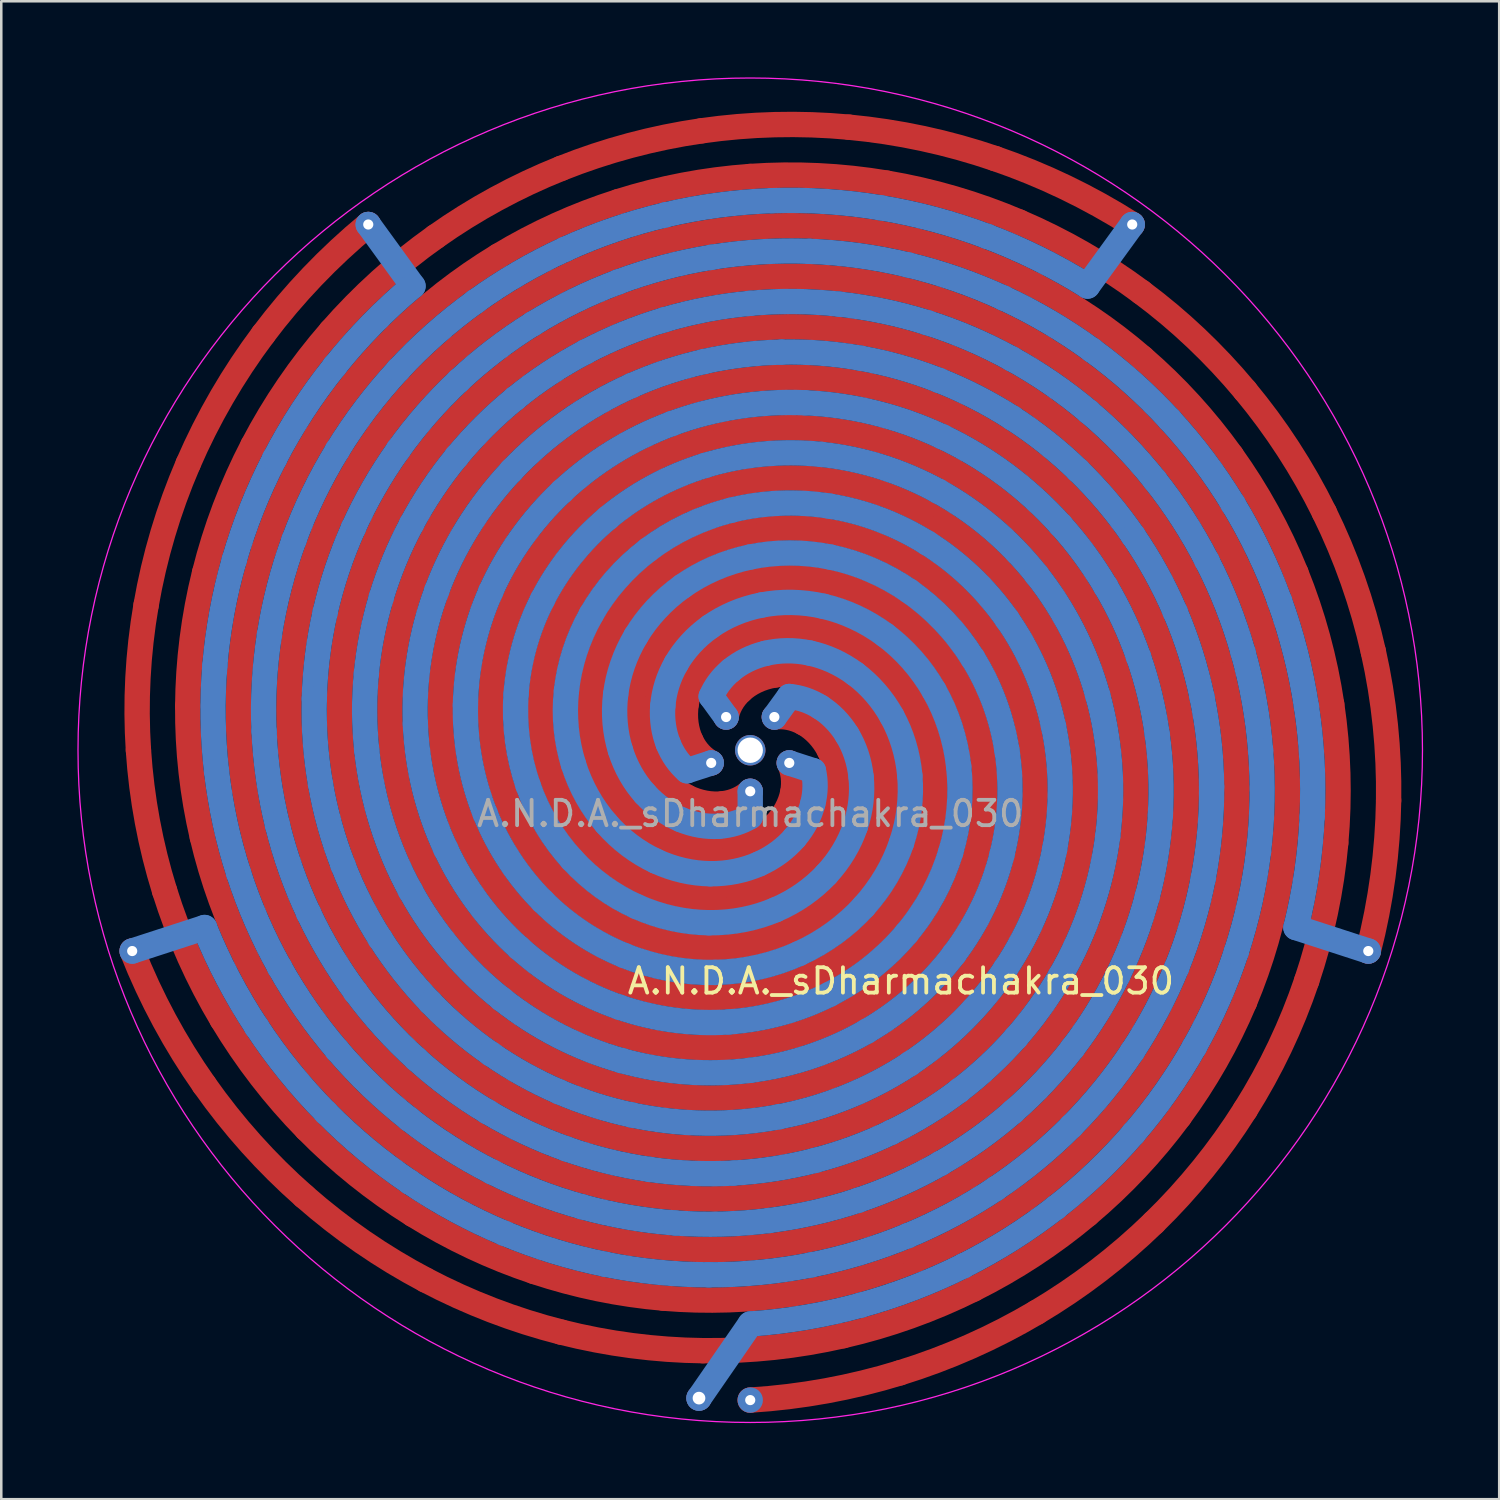
<source format=kicad_pcb>
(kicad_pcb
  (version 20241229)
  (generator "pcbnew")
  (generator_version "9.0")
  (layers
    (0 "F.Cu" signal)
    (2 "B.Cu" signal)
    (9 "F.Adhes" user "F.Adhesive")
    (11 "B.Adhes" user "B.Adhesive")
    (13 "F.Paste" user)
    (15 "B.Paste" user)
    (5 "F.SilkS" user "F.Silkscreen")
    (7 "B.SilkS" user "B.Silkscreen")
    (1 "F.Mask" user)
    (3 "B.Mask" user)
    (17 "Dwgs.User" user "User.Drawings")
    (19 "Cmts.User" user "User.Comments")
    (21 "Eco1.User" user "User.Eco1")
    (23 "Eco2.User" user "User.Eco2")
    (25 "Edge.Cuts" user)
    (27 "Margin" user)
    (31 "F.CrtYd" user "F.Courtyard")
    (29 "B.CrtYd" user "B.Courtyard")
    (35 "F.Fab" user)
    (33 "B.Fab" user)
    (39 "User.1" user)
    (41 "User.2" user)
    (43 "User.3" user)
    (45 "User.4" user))
  (footprint "A.N.D.A._sDharmachakra_030"
    (layer "F.Cu")
    (at 26.525 26.525)
    (property "Reference" "A.N.D.A._sDharmachakra_030" (at 5.94 9.1 0) (unlocked yes) (layer "F.SilkS") (effects (font (size 1 1) (thickness 0.15))))
    (attr through_hole)
    (fp_curve (pts (xy -24.364 7.916) (xy -23.624 9.791) (xy -22.666 11.564) (xy -21.523 13.189)) (stroke (width 1) (type solid)) (layer "F.Cu"))
    (fp_curve (pts (xy -24.118 0) (xy -23.993 1.894) (xy -23.644 3.759) (xy -23.087 5.543)) (stroke (width 1) (type solid)) (layer "F.Cu"))
    (fp_curve (pts (xy -23.816 -5.718) (xy -24.144 -3.818) (xy -24.243 -1.894) (xy -24.118 0)) (stroke (width 1) (type solid)) (layer "F.Cu"))
    (fp_curve (pts (xy -23.087 5.543) (xy -22.53 7.327) (xy -21.766 9.03) (xy -20.821 10.609)) (stroke (width 1) (type solid)) (layer "F.Cu"))
    (fp_curve (pts (xy -22.174 -1.745) (xy -22.187 0.006) (xy -21.991 1.744) (xy -21.599 3.421)) (stroke (width 1) (type solid)) (layer "F.Cu"))
    (fp_curve (pts (xy -22.158 -11.29) (xy -22.933 -9.493) (xy -23.489 -7.617) (xy -23.816 -5.718)) (stroke (width 1) (type solid)) (layer "F.Cu"))
    (fp_curve (pts (xy -21.599 3.421) (xy -21.207 5.098) (xy -20.618 6.713) (xy -19.857 8.225)) (stroke (width 1) (type solid)) (layer "F.Cu"))
    (fp_curve (pts (xy -21.523 13.189) (xy -20.381 14.815) (xy -19.054 16.292) (xy -17.584 17.584)) (stroke (width 1) (type solid)) (layer "F.Cu"))
    (fp_curve (pts (xy -21.511 -6.989) (xy -21.941 -5.261) (xy -22.162 -3.497) (xy -22.174 -1.745)) (stroke (width 1) (type solid)) (layer "F.Cu"))
    (fp_curve (pts (xy -20.821 10.609) (xy -19.876 12.187) (xy -18.752 13.641) (xy -17.484 14.933)) (stroke (width 1) (type solid)) (layer "F.Cu"))
    (fp_curve (pts (xy -20.117 -3.186) (xy -20.244 -1.587) (xy -20.179 0.013) (xy -19.931 1.569)) (stroke (width 1) (type solid)) (layer "F.Cu"))
    (fp_curve (pts (xy -19.931 1.569) (xy -19.684 3.124) (xy -19.253 4.636) (xy -18.658 6.062)) (stroke (width 1) (type solid)) (layer "F.Cu"))
    (fp_curve (pts (xy -19.857 8.225) (xy -19.095 9.737) (xy -18.161 11.145) (xy -17.085 12.413)) (stroke (width 1) (type solid)) (layer "F.Cu"))
    (fp_curve (pts (xy -19.605 -12.014) (xy -20.442 -10.409) (xy -21.081 -8.717) (xy -21.511 -6.989)) (stroke (width 1) (type solid)) (layer "F.Cu"))
    (fp_curve (pts (xy -19.195 -16.394) (xy -20.387 -14.805) (xy -21.382 -13.087) (xy -22.158 -11.29)) (stroke (width 1) (type solid)) (layer "F.Cu"))
    (fp_curve (pts (xy -19.164 -7.938) (xy -19.672 -6.385) (xy -19.99 -4.786) (xy -20.117 -3.186)) (stroke (width 1) (type solid)) (layer "F.Cu"))
    (fp_curve (pts (xy -18.658 6.062) (xy -18.063 7.489) (xy -17.304 8.831) (xy -16.407 10.054)) (stroke (width 1) (type solid)) (layer "F.Cu"))
    (fp_curve (pts (xy -18.118 0) (xy -17.993 1.423) (xy -17.7 2.816) (xy -17.253 4.142)) (stroke (width 1) (type solid)) (layer "F.Cu"))
    (fp_curve (pts (xy -17.982 -4.317) (xy -18.2 -2.876) (xy -18.243 -1.423) (xy -18.118 0)) (stroke (width 1) (type solid)) (layer "F.Cu"))
    (fp_curve (pts (xy -17.584 17.584) (xy -16.115 18.877) (xy -14.503 19.985) (xy -12.798 20.884)) (stroke (width 1) (type solid)) (layer "F.Cu"))
    (fp_curve (pts (xy -17.484 14.933) (xy -16.216 16.225) (xy -14.805 17.355) (xy -13.295 18.298)) (stroke (width 1) (type solid)) (layer "F.Cu"))
    (fp_curve (pts (xy -17.253 4.142) (xy -16.806 5.468) (xy -16.206 6.726) (xy -15.475 7.885)) (stroke (width 1) (type solid)) (layer "F.Cu"))
    (fp_curve (pts (xy -17.085 -12.413) (xy -17.959 -10.998) (xy -18.656 -9.491) (xy -19.164 -7.938)) (stroke (width 1) (type solid)) (layer "F.Cu"))
    (fp_curve (pts (xy -17.085 12.413) (xy -16.009 13.681) (xy -14.792 14.81) (xy -13.472 15.773)) (stroke (width 1) (type solid)) (layer "F.Cu"))
    (fp_curve (pts (xy -16.812 -8.566) (xy -17.373 -7.189) (xy -17.765 -5.759) (xy -17.982 -4.317)) (stroke (width 1) (type solid)) (layer "F.Cu"))
    (fp_curve (pts (xy -16.524 -16.524) (xy -17.733 -15.138) (xy -18.768 -13.619) (xy -19.605 -12.014)) (stroke (width 1) (type solid)) (layer "F.Cu"))
    (fp_curve (pts (xy -16.407 10.054) (xy -15.511 11.278) (xy -14.478 12.382) (xy -13.342 13.342)) (stroke (width 1) (type solid)) (layer "F.Cu"))
    (fp_curve (pts (xy -16.193 -1.274) (xy -16.168 0.007) (xy -15.991 1.271) (xy -15.673 2.482)) (stroke (width 1) (type solid)) (layer "F.Cu"))
    (fp_curve (pts (xy -15.805 -5.135) (xy -16.089 -3.855) (xy -16.217 -2.556) (xy -16.193 -1.274)) (stroke (width 1) (type solid)) (layer "F.Cu"))
    (fp_curve (pts (xy -15.673 2.482) (xy -15.354 3.694) (xy -14.895 4.853) (xy -14.314 5.929)) (stroke (width 1) (type solid)) (layer "F.Cu"))
    (fp_curve (pts (xy -15.475 7.885) (xy -14.744 9.044) (xy -13.883 10.102) (xy -12.922 11.036)) (stroke (width 1) (type solid)) (layer "F.Cu"))
    (fp_curve (pts (xy -15.058 -20.725) (xy -16.612 -19.442) (xy -18.002 -17.983) (xy -19.195 -16.394)) (stroke (width 1) (type solid)) (layer "F.Cu"))
    (fp_curve (pts (xy -14.633 -12.497) (xy -15.519 -11.267) (xy -16.25 -9.943) (xy -16.812 -8.566)) (stroke (width 1) (type solid)) (layer "F.Cu"))
    (fp_curve (pts (xy -14.489 -8.879) (xy -15.08 -7.676) (xy -15.52 -6.415) (xy -15.805 -5.135)) (stroke (width 1) (type solid)) (layer "F.Cu"))
    (fp_curve (pts (xy -14.314 5.929) (xy -13.733 7.005) (xy -13.03 7.999) (xy -12.231 8.886)) (stroke (width 1) (type solid)) (layer "F.Cu"))
    (fp_curve (pts (xy -14.191 -2.248) (xy -14.244 -1.114) (xy -14.161 0.012) (xy -13.95 1.098)) (stroke (width 1) (type solid)) (layer "F.Cu"))
    (fp_curve (pts (xy -13.959 -16.343) (xy -15.161 -15.152) (xy -16.211 -13.828) (xy -17.085 -12.413)) (stroke (width 1) (type solid)) (layer "F.Cu"))
    (fp_curve (pts (xy -13.95 1.098) (xy -13.739 2.184) (xy -13.401 3.23) (xy -12.952 4.208)) (stroke (width 1) (type solid)) (layer "F.Cu"))
    (fp_curve (pts (xy -13.621 -5.642) (xy -13.948 -4.524) (xy -14.138 -3.382) (xy -14.191 -2.248)) (stroke (width 1) (type solid)) (layer "F.Cu"))
    (fp_curve (pts (xy -13.472 15.773) (xy -12.152 16.736) (xy -10.729 17.533) (xy -9.247 18.148)) (stroke (width 1) (type solid)) (layer "F.Cu"))
    (fp_curve (pts (xy -13.342 13.342) (xy -12.205 14.301) (xy -10.966 15.116) (xy -9.663 15.768)) (stroke (width 1) (type solid)) (layer "F.Cu"))
    (fp_curve (pts (xy -13.295 18.298) (xy -11.784 19.241) (xy -10.174 19.997) (xy -8.512 20.55)) (stroke (width 1) (type solid)) (layer "F.Cu"))
    (fp_curve (pts (xy -12.952 4.208) (xy -12.502 5.187) (xy -11.942 6.098) (xy -11.292 6.919)) (stroke (width 1) (type solid)) (layer "F.Cu"))
    (fp_curve (pts (xy -12.922 11.036) (xy -11.96 11.97) (xy -10.897 12.778) (xy -9.768 13.444)) (stroke (width 1) (type solid)) (layer "F.Cu"))
    (fp_curve (pts (xy -12.798 20.884) (xy -11.092 21.782) (xy -9.293 22.471) (xy -7.453 22.938)) (stroke (width 1) (type solid)) (layer "F.Cu"))
    (fp_curve (pts (xy -12.406 -20.244) (xy -13.93 -19.163) (xy -15.314 -17.91) (xy -16.524 -16.524)) (stroke (width 1) (type solid)) (layer "F.Cu"))
    (fp_curve (pts (xy -12.281 -12.281) (xy -13.157 -11.228) (xy -13.898 -10.082) (xy -14.489 -8.879)) (stroke (width 1) (type solid)) (layer "F.Cu"))
    (fp_curve (pts (xy -12.231 -8.886) (xy -12.828 -7.852) (xy -13.293 -6.76) (xy -13.621 -5.642)) (stroke (width 1) (type solid)) (layer "F.Cu"))
    (fp_curve (pts (xy -12.231 8.886) (xy -11.432 9.773) (xy -10.537 10.554) (xy -9.575 11.211)) (stroke (width 1) (type solid)) (layer "F.Cu"))
    (fp_curve (pts (xy -12.148 -2.916) (xy -12.255 -1.933) (xy -12.243 -0.952) (xy -12.118 0)) (stroke (width 1) (type solid)) (layer "F.Cu"))
    (fp_curve (pts (xy -12.118 0) (xy -11.993 0.952) (xy -11.755 1.874) (xy -11.419 2.741)) (stroke (width 1) (type solid)) (layer "F.Cu"))
    (fp_curve (pts (xy -11.531 -15.871) (xy -12.704 -14.865) (xy -13.746 -13.728) (xy -14.633 -12.497)) (stroke (width 1) (type solid)) (layer "F.Cu"))
    (fp_curve (pts (xy -11.466 -5.842) (xy -11.813 -4.885) (xy -12.04 -3.9) (xy -12.148 -2.916)) (stroke (width 1) (type solid)) (layer "F.Cu"))
    (fp_curve (pts (xy -11.419 2.741) (xy -11.082 3.609) (xy -10.646 4.422) (xy -10.129 5.161)) (stroke (width 1) (type solid)) (layer "F.Cu"))
    (fp_curve (pts (xy -11.292 6.919) (xy -10.642 7.741) (xy -9.902 8.473) (xy -9.099 9.099)) (stroke (width 1) (type solid)) (layer "F.Cu"))
    (fp_curve (pts (xy -10.211 -0.804) (xy -10.15 0.008) (xy -9.991 0.798) (xy -9.747 1.544)) (stroke (width 1) (type solid)) (layer "F.Cu"))
    (fp_curve (pts (xy -10.129 5.161) (xy -9.612 5.9) (xy -9.015 6.564) (xy -8.359 7.139)) (stroke (width 1) (type solid)) (layer "F.Cu"))
    (fp_curve (pts (xy -10.098 -3.281) (xy -10.237 -2.449) (xy -10.273 -1.615) (xy -10.211 -0.804)) (stroke (width 1) (type solid)) (layer "F.Cu"))
    (fp_curve (pts (xy -10.07 -8.601) (xy -10.651 -7.729) (xy -11.118 -6.799) (xy -11.466 -5.842)) (stroke (width 1) (type solid)) (layer "F.Cu"))
    (fp_curve (pts (xy -10.062 -11.781) (xy -10.906 -10.896) (xy -11.634 -9.92) (xy -12.231 -8.886)) (stroke (width 1) (type solid)) (layer "F.Cu"))
    (fp_curve (pts (xy -9.928 -19.485) (xy -11.401 -18.593) (xy -12.756 -17.535) (xy -13.959 -16.343)) (stroke (width 1) (type solid)) (layer "F.Cu"))
    (fp_curve (pts (xy -9.768 13.444) (xy -8.638 14.11) (xy -7.442 14.634) (xy -6.216 15.007)) (stroke (width 1) (type solid)) (layer "F.Cu"))
    (fp_curve (pts (xy -9.747 1.544) (xy -9.502 2.29) (xy -9.171 2.992) (xy -8.77 3.633)) (stroke (width 1) (type solid)) (layer "F.Cu"))
    (fp_curve (pts (xy -9.663 15.768) (xy -8.359 16.42) (xy -6.991 16.91) (xy -5.599 17.231)) (stroke (width 1) (type solid)) (layer "F.Cu"))
    (fp_curve (pts (xy -9.575 11.211) (xy -8.613 11.868) (xy -7.585 12.401) (xy -6.523 12.802)) (stroke (width 1) (type solid)) (layer "F.Cu"))
    (fp_curve (pts (xy -9.373 -5.744) (xy -9.718 -4.942) (xy -9.96 -4.113) (xy -10.098 -3.281)) (stroke (width 1) (type solid)) (layer "F.Cu"))
    (fp_curve (pts (xy -9.271 -15.128) (xy -10.394 -14.294) (xy -11.405 -13.334) (xy -12.281 -12.281)) (stroke (width 1) (type solid)) (layer "F.Cu"))
    (fp_curve (pts (xy -9.247 18.148) (xy -7.765 18.763) (xy -6.223 19.196) (xy -4.667 19.441)) (stroke (width 1) (type solid)) (layer "F.Cu"))
    (fp_curve (pts (xy -9.099 9.099) (xy -8.296 9.725) (xy -7.43 10.246) (xy -6.528 10.652)) (stroke (width 1) (type solid)) (layer "F.Cu"))
    (fp_curve (pts (xy -8.77 3.633) (xy -8.37 4.274) (xy -7.899 4.854) (xy -7.377 5.359)) (stroke (width 1) (type solid)) (layer "F.Cu"))
    (fp_curve (pts (xy -8.512 20.55) (xy -6.85 21.103) (xy -5.137 21.454) (xy -3.421 21.599)) (stroke (width 1) (type solid)) (layer "F.Cu"))
    (fp_curve (pts (xy -8.359 7.139) (xy -7.703 7.715) (xy -6.989 8.201) (xy -6.241 8.59)) (stroke (width 1) (type solid)) (layer "F.Cu"))
    (fp_curve (pts (xy -8.265 -1.309) (xy -8.244 -0.64) (xy -8.142 0.011) (xy -7.968 0.627)) (stroke (width 1) (type solid)) (layer "F.Cu"))
    (fp_curve (pts (xy -8.078 -3.346) (xy -8.225 -2.664) (xy -8.286 -1.978) (xy -8.265 -1.309)) (stroke (width 1) (type solid)) (layer "F.Cu"))
    (fp_curve (pts (xy -8.038 -8.038) (xy -8.581 -7.319) (xy -9.029 -6.545) (xy -9.373 -5.744)) (stroke (width 1) (type solid)) (layer "F.Cu"))
    (fp_curve (pts (xy -8.004 -11.017) (xy -8.796 -10.287) (xy -9.49 -9.473) (xy -10.07 -8.601)) (stroke (width 1) (type solid)) (layer "F.Cu"))
    (fp_curve (pts (xy -7.968 0.627) (xy -7.795 1.243) (xy -7.549 1.824) (xy -7.245 2.354)) (stroke (width 1) (type solid)) (layer "F.Cu"))
    (fp_curve (pts (xy -7.651 -18.471) (xy -9.054 -17.755) (xy -10.358 -16.878) (xy -11.531 -15.871)) (stroke (width 1) (type solid)) (layer "F.Cu"))
    (fp_curve (pts (xy -7.453 22.938) (xy -5.613 23.404) (xy -3.732 23.648) (xy -1.863 23.67)) (stroke (width 1) (type solid)) (layer "F.Cu"))
    (fp_curve (pts (xy -7.453 -22.938) (xy -9.216 -22.233) (xy -10.881 -21.325) (xy -12.406 -20.244)) (stroke (width 1) (type solid)) (layer "F.Cu"))
    (fp_curve (pts (xy -7.377 5.359) (xy -6.855 5.865) (xy -6.281 6.297) (xy -5.678 6.648)) (stroke (width 1) (type solid)) (layer "F.Cu"))
    (fp_curve (pts (xy -7.377 -5.359) (xy -7.696 -4.707) (xy -7.93 -4.028) (xy -8.078 -3.346)) (stroke (width 1) (type solid)) (layer "F.Cu"))
    (fp_curve (pts (xy -7.245 2.354) (xy -6.941 2.885) (xy -6.58 3.365) (xy -6.176 3.784)) (stroke (width 1) (type solid)) (layer "F.Cu"))
    (fp_curve (pts (xy -7.204 -14.139) (xy -8.258 -13.461) (xy -9.218 -12.666) (xy -10.062 -11.781)) (stroke (width 1) (type solid)) (layer "F.Cu"))
    (fp_curve (pts (xy -6.528 10.652) (xy -5.626 11.058) (xy -4.688 11.35) (xy -3.745 11.525)) (stroke (width 1) (type solid)) (layer "F.Cu"))
    (fp_curve (pts (xy -6.523 12.802) (xy -5.461 13.203) (xy -4.364 13.471) (xy -3.267 13.606)) (stroke (width 1) (type solid)) (layer "F.Cu"))
    (fp_curve (pts (xy -6.314 -1.516) (xy -6.311 -0.991) (xy -6.243 -0.481) (xy -6.118 0)) (stroke (width 1) (type solid)) (layer "F.Cu"))
    (fp_curve (pts (xy -6.241 8.59) (xy -5.493 8.979) (xy -4.711 9.271) (xy -3.92 9.463)) (stroke (width 1) (type solid)) (layer "F.Cu"))
    (fp_curve (pts (xy -6.216 15.007) (xy -4.989 15.379) (xy -3.733 15.601) (xy -2.482 15.673)) (stroke (width 1) (type solid)) (layer "F.Cu"))
    (fp_curve (pts (xy -6.176 3.784) (xy -5.772 4.204) (xy -5.326 4.563) (xy -4.856 4.856)) (stroke (width 1) (type solid)) (layer "F.Cu"))
    (fp_curve (pts (xy -6.165 -7.219) (xy -6.651 -6.639) (xy -7.057 -6.012) (xy -7.377 -5.359)) (stroke (width 1) (type solid)) (layer "F.Cu"))
    (fp_curve (pts (xy -6.136 -10.013) (xy -6.857 -9.424) (xy -7.495 -8.758) (xy -8.038 -8.038)) (stroke (width 1) (type solid)) (layer "F.Cu"))
    (fp_curve (pts (xy -6.119 -3.118) (xy -6.253 -2.581) (xy -6.316 -2.041) (xy -6.314 -1.516)) (stroke (width 1) (type solid)) (layer "F.Cu"))
    (fp_curve (pts (xy -6.118 0) (xy -5.993 0.481) (xy -5.811 0.931) (xy -5.584 1.341)) (stroke (width 1) (type solid)) (layer "F.Cu"))
    (fp_curve (pts (xy -5.678 6.648) (xy -5.075 6.999) (xy -4.441 7.269) (xy -3.799 7.456)) (stroke (width 1) (type solid)) (layer "F.Cu"))
    (fp_curve (pts (xy -5.599 -17.231) (xy -6.913 -16.673) (xy -8.148 -15.963) (xy -9.271 -15.128)) (stroke (width 1) (type solid)) (layer "F.Cu"))
    (fp_curve (pts (xy -5.599 17.231) (xy -4.207 17.552) (xy -2.791 17.704) (xy -1.392 17.688)) (stroke (width 1) (type solid)) (layer "F.Cu"))
    (fp_curve (pts (xy -5.584 1.341) (xy -5.358 1.75) (xy -5.086 2.118) (xy -4.783 2.437)) (stroke (width 1) (type solid)) (layer "F.Cu"))
    (fp_curve (pts (xy -5.508 -4.704) (xy -5.782 -4.19) (xy -5.986 -3.655) (xy -6.119 -3.118)) (stroke (width 1) (type solid)) (layer "F.Cu"))
    (fp_curve (pts (xy -5.355 -12.928) (xy -6.322 -12.392) (xy -7.213 -11.747) (xy -8.004 -11.017)) (stroke (width 1) (type solid)) (layer "F.Cu"))
    (fp_curve (pts (xy -5.193 -21.628) (xy -6.862 -21.099) (xy -8.454 -20.376) (xy -9.928 -19.485)) (stroke (width 1) (type solid)) (layer "F.Cu"))
    (fp_curve (pts (xy -4.856 4.856) (xy -4.387 5.149) (xy -3.893 5.376) (xy -3.393 5.536)) (stroke (width 1) (type solid)) (layer "F.Cu"))
    (fp_curve (pts (xy -4.783 2.437) (xy -4.48 2.756) (xy -4.146 3.026) (xy -3.797 3.243)) (stroke (width 1) (type solid)) (layer "F.Cu"))
    (fp_curve (pts (xy -4.667 19.441) (xy -3.111 19.686) (xy -1.541 19.743) (xy 0 19.618)) (stroke (width 1) (type solid)) (layer "F.Cu"))
    (fp_curve (pts (xy -4.48 -8.792) (xy -5.114 -8.329) (xy -5.679 -7.798) (xy -6.165 -7.219)) (stroke (width 1) (type solid)) (layer "F.Cu"))
    (fp_curve (pts (xy -4.478 -6.163) (xy -4.888 -5.71) (xy -5.233 -5.218) (xy -5.508 -4.704)) (stroke (width 1) (type solid)) (layer "F.Cu"))
    (fp_curve (pts (xy -4.392 -1.427) (xy -4.378 -0.66) (xy -4.162 0.044) (xy -3.82 0.605)) (stroke (width 1) (type solid)) (layer "F.Cu"))
    (fp_curve (pts (xy -4.257 -2.609) (xy -4.356 -2.209) (xy -4.399 -1.811) (xy -4.392 -1.427)) (stroke (width 1) (type solid)) (layer "F.Cu"))
    (fp_curve (pts (xy -3.92 9.463) (xy -3.129 9.656) (xy -2.329 9.749) (xy -1.544 9.747)) (stroke (width 1) (type solid)) (layer "F.Cu"))
    (fp_curve (pts (xy -3.82 0.605) (xy -3.478 1.166) (xy -3.013 1.583) (xy -2.523 1.833)) (stroke (width 1) (type solid)) (layer "F.Cu"))
    (fp_curve (pts (xy -3.799 7.456) (xy -3.157 7.643) (xy -2.506 7.747) (xy -1.866 7.772)) (stroke (width 1) (type solid)) (layer "F.Cu"))
    (fp_curve (pts (xy -3.797 3.243) (xy -3.447 3.46) (xy -3.081 3.624) (xy -2.714 3.736)) (stroke (width 1) (type solid)) (layer "F.Cu"))
    (fp_curve (pts (xy -3.796 -3.796) (xy -4.006 -3.409) (xy -4.159 -3.009) (xy -4.257 -2.609)) (stroke (width 1) (type solid)) (layer "F.Cu"))
    (fp_curve (pts (xy -3.792 -15.794) (xy -5.003 -15.375) (xy -6.15 -14.816) (xy -7.204 -14.139)) (stroke (width 1) (type solid)) (layer "F.Cu"))
    (fp_curve (pts (xy -3.745 -11.525) (xy -4.611 -11.112) (xy -5.415 -10.601) (xy -6.136 -10.013)) (stroke (width 1) (type solid)) (layer "F.Cu"))
    (fp_curve (pts (xy -3.745 11.525) (xy -2.801 11.7) (xy -1.851 11.759) (xy -0.921 11.707)) (stroke (width 1) (type solid)) (layer "F.Cu"))
    (fp_curve (pts (xy -3.421 21.599) (xy -1.705 21.744) (xy 0.013 21.684) (xy 1.686 21.427)) (stroke (width 1) (type solid)) (layer "F.Cu"))
    (fp_curve (pts (xy -3.393 5.536) (xy -2.892 5.696) (xy -2.386 5.789) (xy -1.891 5.819)) (stroke (width 1) (type solid)) (layer "F.Cu"))
    (fp_curve (pts (xy -3.267 13.606) (xy -2.169 13.741) (xy -1.07 13.743) (xy 0 13.618)) (stroke (width 1) (type solid)) (layer "F.Cu"))
    (fp_curve (pts (xy -3.186 -20.117) (xy -4.747 -19.744) (xy -6.248 -19.188) (xy -7.651 -18.471)) (stroke (width 1) (type solid)) (layer "F.Cu"))
    (fp_curve (pts (xy -3.059 -7.385) (xy -3.591 -7.029) (xy -4.067 -6.616) (xy -4.478 -6.163)) (stroke (width 1) (type solid)) (layer "F.Cu"))
    (fp_curve (pts (xy -3.001 -4.897) (xy -3.32 -4.554) (xy -3.586 -4.182) (xy -3.796 -3.796)) (stroke (width 1) (type solid)) (layer "F.Cu"))
    (fp_curve (pts (xy -2.714 3.736) (xy -1.981 3.96) (xy -1.244 3.972) (xy -0.605 3.82)) (stroke (width 1) (type solid)) (layer "F.Cu"))
    (fp_curve (pts (xy -2.523 -1.833) (xy -2.608 -1.29) (xy -2.528 -0.777) (xy -2.339 -0.37)) (stroke (width 1) (type solid)) (layer "F.Cu"))
    (fp_curve (pts (xy -2.523 1.833) (xy -2.032 2.082) (xy -1.52 2.164) (xy -1.075 2.11)) (stroke (width 1) (type solid)) (layer "F.Cu"))
    (fp_curve (pts (xy -2.482 15.673) (xy -1.232 15.744) (xy 0.012 15.665) (xy 1.216 15.445)) (stroke (width 1) (type solid)) (layer "F.Cu"))
    (fp_curve (pts (xy -2.391 -9.96) (xy -3.144 -9.651) (xy -3.846 -9.256) (xy -4.48 -8.792)) (stroke (width 1) (type solid)) (layer "F.Cu"))
    (fp_curve (pts (xy -2.339 -0.37) (xy -2.15 0.036) (xy -1.855 0.336) (xy -1.539 0.5)) (stroke (width 1) (type solid)) (layer "F.Cu"))
    (fp_curve (pts (xy -2.248 -14.191) (xy -3.343 -13.891) (xy -4.387 -13.464) (xy -5.355 -12.928)) (stroke (width 1) (type solid)) (layer "F.Cu"))
    (fp_curve (pts (xy -1.922 -24.418) (xy -3.83 -24.142) (xy -5.69 -23.642) (xy -7.453 -22.938)) (stroke (width 1) (type solid)) (layer "F.Cu"))
    (fp_curve (pts (xy -1.891 5.819) (xy -1.395 5.848) (xy -0.91 5.815) (xy -0.451 5.725)) (stroke (width 1) (type solid)) (layer "F.Cu"))
    (fp_curve (pts (xy -1.891 -5.819) (xy -2.309 -5.551) (xy -2.681 -5.239) (xy -3.001 -4.897)) (stroke (width 1) (type solid)) (layer "F.Cu"))
    (fp_curve (pts (xy -1.866 7.772) (xy -1.226 7.797) (xy -0.598 7.743) (xy 0 7.618)) (stroke (width 1) (type solid)) (layer "F.Cu"))
    (fp_curve (pts (xy -1.863 23.67) (xy 0.006 23.692) (xy 1.862 23.491) (xy 3.656 23.08)) (stroke (width 1) (type solid)) (layer "F.Cu"))
    (fp_curve (pts (xy -1.756 -3.446) (xy -2.184 -2.948) (xy -2.437 -2.376) (xy -2.523 -1.833)) (stroke (width 1) (type solid)) (layer "F.Cu"))
    (fp_curve (pts (xy -1.544 9.747) (xy -0.759 9.744) (xy 0.011 9.647) (xy 0.745 9.464)) (stroke (width 1) (type solid)) (layer "F.Cu"))
    (fp_curve (pts (xy -1.451 -18.436) (xy -2.889 -18.197) (xy -4.284 -17.79) (xy -5.599 -17.231)) (stroke (width 1) (type solid)) (layer "F.Cu"))
    (fp_curve (pts (xy -1.392 17.688) (xy 0.007 17.673) (xy 1.389 17.491) (xy 2.717 17.154)) (stroke (width 1) (type solid)) (layer "F.Cu"))
    (fp_curve (pts (xy -1.309 -8.265) (xy -1.939 -8.039) (xy -2.527 -7.74) (xy -3.059 -7.385)) (stroke (width 1) (type solid)) (layer "F.Cu"))
    (fp_curve (pts (xy -1.075 2.11) (xy -0.63 2.056) (xy -0.254 1.868) (xy 0 1.618)) (stroke (width 1) (type solid)) (layer "F.Cu"))
    (fp_curve (pts (xy -0.98 -12.455) (xy -1.949 -12.253) (xy -2.878 -11.938) (xy -3.745 -11.525)) (stroke (width 1) (type solid)) (layer "F.Cu"))
    (fp_curve (pts (xy -0.921 11.707) (xy 0.008 11.655) (xy 0.916 11.491) (xy 1.778 11.228)) (stroke (width 1) (type solid)) (layer "F.Cu"))
    (fp_curve (pts (xy -0.605 3.82) (xy 0.034 3.669) (xy 0.575 3.355) (xy 0.964 2.965)) (stroke (width 1) (type solid)) (layer "F.Cu"))
    (fp_curve (pts (xy -0.509 -6.473) (xy -1.008 -6.308) (xy -1.472 -6.086) (xy -1.891 -5.819)) (stroke (width 1) (type solid)) (layer "F.Cu"))
    (fp_curve (pts (xy -0.451 5.725) (xy 0.009 5.636) (xy 0.443 5.491) (xy 0.84 5.302)) (stroke (width 1) (type solid)) (layer "F.Cu"))
    (fp_curve (pts (xy -0.37 -2.339) (xy -0.699 -2.034) (xy -0.892 -1.661) (xy -0.951 -1.309)) (stroke (width 1) (type solid)) (layer "F.Cu"))
    (fp_curve (pts (xy 0 -22.618) (xy -1.776 -22.493) (xy -3.523 -22.158) (xy -5.193 -21.628)) (stroke (width 1) (type solid)) (layer "F.Cu"))
    (fp_curve (pts (xy 0 -16.618) (xy -1.305 -16.493) (xy -2.581 -16.214) (xy -3.792 -15.794)) (stroke (width 1) (type solid)) (layer "F.Cu"))
    (fp_curve (pts (xy 0 -10.618) (xy -0.834 -10.493) (xy -1.638 -10.269) (xy -2.391 -9.96)) (stroke (width 1) (type solid)) (layer "F.Cu"))
    (fp_curve (pts (xy 0 -4.618) (xy -0.725 -4.368) (xy -1.328 -3.945) (xy -1.756 -3.446)) (stroke (width 1) (type solid)) (layer "F.Cu"))
    (fp_curve (pts (xy 0 7.618) (xy 0.598 7.493) (xy 1.167 7.297) (xy 1.691 7.043)) (stroke (width 1) (type solid)) (layer "F.Cu"))
    (fp_curve (pts (xy 0 13.618) (xy 1.07 13.493) (xy 2.109 13.241) (xy 3.092 12.877)) (stroke (width 1) (type solid)) (layer "F.Cu"))
    (fp_curve (pts (xy 0 19.618) (xy 1.541 19.493) (xy 3.052 19.186) (xy 4.492 18.711)) (stroke (width 1) (type solid)) (layer "F.Cu"))
    (fp_curve (pts (xy 0 25.618) (xy 2.012 25.493) (xy 3.994 25.13) (xy 5.893 24.546)) (stroke (width 1) (type solid)) (layer "F.Cu"))
    (fp_curve (pts (xy 0.686 -8.716) (xy -0.008 -8.645) (xy -0.679 -8.491) (xy -1.309 -8.265)) (stroke (width 1) (type solid)) (layer "F.Cu"))
    (fp_curve (pts (xy 0.745 9.464) (xy 1.478 9.281) (xy 2.175 9.012) (xy 2.818 8.672)) (stroke (width 1) (type solid)) (layer "F.Cu"))
    (fp_curve (pts (xy 0.84 5.302) (xy 1.237 5.113) (xy 1.596 4.879) (xy 1.911 4.613)) (stroke (width 1) (type solid)) (layer "F.Cu"))
    (fp_curve (pts (xy 0.964 -2.965) (xy 0.42 -2.879) (xy -0.042 -2.644) (xy -0.37 -2.339)) (stroke (width 1) (type solid)) (layer "F.Cu"))
    (fp_curve (pts (xy 0.964 2.965) (xy 1.352 2.576) (xy 1.588 2.114) (xy 1.674 1.674)) (stroke (width 1) (type solid)) (layer "F.Cu"))
    (fp_curve (pts (xy 1.074 -6.783) (xy 0.522 -6.744) (xy -0.011 -6.638) (xy -0.509 -6.473)) (stroke (width 1) (type solid)) (layer "F.Cu"))
    (fp_curve (pts (xy 1.157 -14.698) (xy -0.007 -14.664) (xy -1.153 -14.491) (xy -2.248 -14.191)) (stroke (width 1) (type solid)) (layer "F.Cu"))
    (fp_curve (pts (xy 1.166 -4.855) (xy 0.755 -4.825) (xy 0.363 -4.743) (xy 0 -4.618)) (stroke (width 1) (type solid)) (layer "F.Cu"))
    (fp_curve (pts (xy 1.216 15.445) (xy 2.419 15.225) (xy 3.581 14.864) (xy 4.672 14.378)) (stroke (width 1) (type solid)) (layer "F.Cu"))
    (fp_curve (pts (xy 1.627 -20.679) (xy -0.006 -20.682) (xy -1.626 -20.491) (xy -3.186 -20.117)) (stroke (width 1) (type solid)) (layer "F.Cu"))
    (fp_curve (pts (xy 1.674 1.674) (xy 1.761 1.235) (xy 1.698 0.819) (xy 1.539 0.5)) (stroke (width 1) (type solid)) (layer "F.Cu"))
    (fp_curve (pts (xy 1.686 21.427) (xy 3.359 21.17) (xy 4.987 20.716) (xy 6.526 20.084)) (stroke (width 1) (type solid)) (layer "F.Cu"))
    (fp_curve (pts (xy 1.691 7.043) (xy 2.215 6.789) (xy 2.694 6.476) (xy 3.118 6.119)) (stroke (width 1) (type solid)) (layer "F.Cu"))
    (fp_curve (pts (xy 1.778 11.228) (xy 2.641 10.965) (xy 3.457 10.602) (xy 4.207 10.156)) (stroke (width 1) (type solid)) (layer "F.Cu"))
    (fp_curve (pts (xy 1.911 4.613) (xy 2.225 4.347) (xy 2.494 4.05) (xy 2.714 3.736)) (stroke (width 1) (type solid)) (layer "F.Cu"))
    (fp_curve (pts (xy 2.013 -12.71) (xy 0.995 -12.744) (xy -0.012 -12.656) (xy -0.98 -12.455)) (stroke (width 1) (type solid)) (layer "F.Cu"))
    (fp_curve (pts (xy 2.11 -1.075) (xy 1.718 -1.293) (xy 1.304 -1.362) (xy 0.951 -1.309)) (stroke (width 1) (type solid)) (layer "F.Cu"))
    (fp_curve (pts (xy 2.437 -4.783) (xy 2.005 -4.863) (xy 1.576 -4.885) (xy 1.166 -4.855)) (stroke (width 1) (type solid)) (layer "F.Cu"))
    (fp_curve (pts (xy 2.566 -10.689) (xy 1.698 -10.769) (xy 0.834 -10.743) (xy 0 -10.618)) (stroke (width 1) (type solid)) (layer "F.Cu"))
    (fp_curve (pts (xy 2.714 3.736) (xy 3.154 3.107) (xy 3.393 2.411) (xy 3.446 1.756)) (stroke (width 1) (type solid)) (layer "F.Cu"))
    (fp_curve (pts (xy 2.717 17.154) (xy 4.045 16.817) (xy 5.318 16.326) (xy 6.503 15.7)) (stroke (width 1) (type solid)) (layer "F.Cu"))
    (fp_curve (pts (xy 2.735 -2.735) (xy 2.129 -2.988) (xy 1.507 -3.052) (xy 0.964 -2.965)) (stroke (width 1) (type solid)) (layer "F.Cu"))
    (fp_curve (pts (xy 2.772 -6.692) (xy 2.198 -6.794) (xy 1.627 -6.823) (xy 1.074 -6.783)) (stroke (width 1) (type solid)) (layer "F.Cu"))
    (fp_curve (pts (xy 2.818 -8.672) (xy 2.098 -8.774) (xy 1.38 -8.787) (xy 0.686 -8.716)) (stroke (width 1) (type solid)) (layer "F.Cu"))
    (fp_curve (pts (xy 2.818 8.672) (xy 3.46 8.332) (xy 4.048 7.92) (xy 4.568 7.455)) (stroke (width 1) (type solid)) (layer "F.Cu"))
    (fp_curve (pts (xy 2.952 -18.636) (xy 1.468 -18.744) (xy -0.013 -18.675) (xy -1.451 -18.436)) (stroke (width 1) (type solid)) (layer "F.Cu"))
    (fp_curve (pts (xy 3.092 12.877) (xy 4.074 12.513) (xy 4.998 12.036) (xy 5.842 11.466)) (stroke (width 1) (type solid)) (layer "F.Cu"))
    (fp_curve (pts (xy 3.118 6.119) (xy 3.542 5.763) (xy 3.91 5.364) (xy 4.217 4.937)) (stroke (width 1) (type solid)) (layer "F.Cu"))
    (fp_curve (pts (xy 3.118 0) (xy 2.868 -0.49) (xy 2.502 -0.857) (xy 2.11 -1.075)) (stroke (width 1) (type solid)) (layer "F.Cu"))
    (fp_curve (pts (xy 3.446 1.756) (xy 3.5 1.101) (xy 3.368 0.49) (xy 3.118 0)) (stroke (width 1) (type solid)) (layer "F.Cu"))
    (fp_curve (pts (xy 3.656 23.08) (xy 5.449 22.67) (xy 7.178 22.049) (xy 8.799 21.243)) (stroke (width 1) (type solid)) (layer "F.Cu"))
    (fp_curve (pts (xy 3.73 -4.367) (xy 3.306 -4.565) (xy 2.869 -4.703) (xy 2.437 -4.783)) (stroke (width 1) (type solid)) (layer "F.Cu"))
    (fp_curve (pts (xy 3.89 -24.562) (xy 1.942 -24.744) (xy -0.014 -24.693) (xy -1.922 -24.418)) (stroke (width 1) (type solid)) (layer "F.Cu"))
    (fp_curve (pts (xy 3.967 -16.524) (xy 2.64 -16.714) (xy 1.305 -16.743) (xy 0 -16.618)) (stroke (width 1) (type solid)) (layer "F.Cu"))
    (fp_curve (pts (xy 4.207 10.156) (xy 4.957 9.71) (xy 5.64 9.181) (xy 6.241 8.59)) (stroke (width 1) (type solid)) (layer "F.Cu"))
    (fp_curve (pts (xy 4.217 4.937) (xy 4.523 4.511) (xy 4.768 4.058) (xy 4.95 3.596)) (stroke (width 1) (type solid)) (layer "F.Cu"))
    (fp_curve (pts (xy 4.392 -1.427) (xy 3.93 -2.04) (xy 3.342 -2.482) (xy 2.735 -2.735)) (stroke (width 1) (type solid)) (layer "F.Cu"))
    (fp_curve (pts (xy 4.478 -6.163) (xy 3.92 -6.414) (xy 3.345 -6.589) (xy 2.772 -6.692)) (stroke (width 1) (type solid)) (layer "F.Cu"))
    (fp_curve (pts (xy 4.492 18.711) (xy 5.933 18.237) (xy 7.302 17.596) (xy 8.566 16.812)) (stroke (width 1) (type solid)) (layer "F.Cu"))
    (fp_curve (pts (xy 4.568 7.455) (xy 5.088 6.989) (xy 5.541 6.47) (xy 5.917 5.917)) (stroke (width 1) (type solid)) (layer "F.Cu"))
    (fp_curve (pts (xy 4.672 14.378) (xy 5.762 13.892) (xy 6.781 13.282) (xy 7.703 12.571)) (stroke (width 1) (type solid)) (layer "F.Cu"))
    (fp_curve (pts (xy 4.672 -14.378) (xy 3.504 -14.626) (xy 2.321 -14.731) (xy 1.157 -14.698)) (stroke (width 1) (type solid)) (layer "F.Cu"))
    (fp_curve (pts (xy 4.95 3.596) (xy 5.131 3.134) (xy 5.249 2.662) (xy 5.306 2.198)) (stroke (width 1) (type solid)) (layer "F.Cu"))
    (fp_curve (pts (xy 4.95 -3.596) (xy 4.566 -3.911) (xy 4.154 -4.169) (xy 3.73 -4.367)) (stroke (width 1) (type solid)) (layer "F.Cu"))
    (fp_curve (pts (xy 4.96 -8.094) (xy 4.259 -8.377) (xy 3.537 -8.569) (xy 2.818 -8.672)) (stroke (width 1) (type solid)) (layer "F.Cu"))
    (fp_curve (pts (xy 4.978 -0.392) (xy 4.822 -0.773) (xy 4.623 -1.121) (xy 4.392 -1.427)) (stroke (width 1) (type solid)) (layer "F.Cu"))
    (fp_curve (pts (xy 5.068 -12.235) (xy 4.059 -12.518) (xy 3.031 -12.675) (xy 2.013 -12.71)) (stroke (width 1) (type solid)) (layer "F.Cu"))
    (fp_curve (pts (xy 5.161 -10.129) (xy 4.309 -10.423) (xy 3.435 -10.609) (xy 2.566 -10.689)) (stroke (width 1) (type solid)) (layer "F.Cu"))
    (fp_curve (pts (xy 5.302 0.84) (xy 5.244 0.404) (xy 5.133 -0.011) (xy 4.978 -0.392)) (stroke (width 1) (type solid)) (layer "F.Cu"))
    (fp_curve (pts (xy 5.306 2.198) (xy 5.363 1.733) (xy 5.359 1.276) (xy 5.302 0.84)) (stroke (width 1) (type solid)) (layer "F.Cu"))
    (fp_curve (pts (xy 5.368 -22.358) (xy 3.582 -22.658) (xy 1.776 -22.743) (xy 0 -22.618)) (stroke (width 1) (type solid)) (layer "F.Cu"))
    (fp_curve (pts (xy 5.842 11.466) (xy 6.686 10.895) (xy 7.449 10.232) (xy 8.114 9.5)) (stroke (width 1) (type solid)) (layer "F.Cu"))
    (fp_curve (pts (xy 5.893 24.546) (xy 7.791 23.961) (xy 9.606 23.156) (xy 11.29 22.158)) (stroke (width 1) (type solid)) (layer "F.Cu"))
    (fp_curve (pts (xy 5.917 5.917) (xy 6.293 5.364) (xy 6.594 4.777) (xy 6.815 4.176)) (stroke (width 1) (type solid)) (layer "F.Cu"))
    (fp_curve (pts (xy 5.999 -2.485) (xy 5.688 -2.908) (xy 5.333 -3.281) (xy 4.95 -3.596)) (stroke (width 1) (type solid)) (layer "F.Cu"))
    (fp_curve (pts (xy 6.078 -5.191) (xy 5.575 -5.587) (xy 5.035 -5.913) (xy 4.478 -6.163)) (stroke (width 1) (type solid)) (layer "F.Cu"))
    (fp_curve (pts (xy 6.241 8.59) (xy 6.842 7.999) (xy 7.361 7.345) (xy 7.789 6.652)) (stroke (width 1) (type solid)) (layer "F.Cu"))
    (fp_curve (pts (xy 6.503 15.7) (xy 7.688 15.073) (xy 8.785 14.313) (xy 9.768 13.444)) (stroke (width 1) (type solid)) (layer "F.Cu"))
    (fp_curve (pts (xy 6.526 20.084) (xy 8.065 19.453) (xy 9.514 18.644) (xy 10.838 17.686)) (stroke (width 1) (type solid)) (layer "F.Cu"))
    (fp_curve (pts (xy 6.526 -20.084) (xy 4.91 -20.478) (xy 3.261 -20.676) (xy 1.627 -20.679)) (stroke (width 1) (type solid)) (layer "F.Cu"))
    (fp_curve (pts (xy 6.783 -1.074) (xy 6.576 -1.588) (xy 6.309 -2.061) (xy 5.999 -2.485)) (stroke (width 1) (type solid)) (layer "F.Cu"))
    (fp_curve (pts (xy 6.815 4.176) (xy 7.037 3.576) (xy 7.179 2.962) (xy 7.245 2.354)) (stroke (width 1) (type solid)) (layer "F.Cu"))
    (fp_curve (pts (xy 6.978 -6.978) (xy 6.341 -7.437) (xy 5.661 -7.811) (xy 4.96 -8.094)) (stroke (width 1) (type solid)) (layer "F.Cu"))
    (fp_curve (pts (xy 7.221 0.568) (xy 7.141 -0.009) (xy 6.991 -0.561) (xy 6.783 -1.074)) (stroke (width 1) (type solid)) (layer "F.Cu"))
    (fp_curve (pts (xy 7.245 2.354) (xy 7.311 1.746) (xy 7.301 1.145) (xy 7.221 0.568)) (stroke (width 1) (type solid)) (layer "F.Cu"))
    (fp_curve (pts (xy 7.364 -17.778) (xy 5.92 -18.241) (xy 4.435 -18.527) (xy 2.952 -18.636)) (stroke (width 1) (type solid)) (layer "F.Cu"))
    (fp_curve (pts (xy 7.456 -3.799) (xy 7.046 -4.328) (xy 6.581 -4.795) (xy 6.078 -5.191)) (stroke (width 1) (type solid)) (layer "F.Cu"))
    (fp_curve (pts (xy 7.626 -8.929) (xy 6.844 -9.433) (xy 6.013 -9.835) (xy 5.161 -10.129)) (stroke (width 1) (type solid)) (layer "F.Cu"))
    (fp_curve (pts (xy 7.703 12.571) (xy 8.625 11.859) (xy 9.45 11.046) (xy 10.16 10.16)) (stroke (width 1) (type solid)) (layer "F.Cu"))
    (fp_curve (pts (xy 7.789 6.652) (xy 8.216 5.959) (xy 8.552 5.227) (xy 8.792 4.48)) (stroke (width 1) (type solid)) (layer "F.Cu"))
    (fp_curve (pts (xy 7.885 -15.475) (xy 6.613 -15.983) (xy 5.294 -16.333) (xy 3.967 -16.524)) (stroke (width 1) (type solid)) (layer "F.Cu"))
    (fp_curve (pts (xy 8.004 -11.017) (xy 7.066 -11.545) (xy 6.077 -11.952) (xy 5.068 -12.235)) (stroke (width 1) (type solid)) (layer "F.Cu"))
    (fp_curve (pts (xy 8.095 -13.21) (xy 6.992 -13.739) (xy 5.84 -14.13) (xy 4.672 -14.378)) (stroke (width 1) (type solid)) (layer "F.Cu"))
    (fp_curve (pts (xy 8.114 9.5) (xy 8.779 8.767) (xy 9.345 7.966) (xy 9.804 7.123)) (stroke (width 1) (type solid)) (layer "F.Cu"))
    (fp_curve (pts (xy 8.501 -2.041) (xy 8.22 -2.68) (xy 7.866 -3.27) (xy 7.456 -3.799)) (stroke (width 1) (type solid)) (layer "F.Cu"))
    (fp_curve (pts (xy 8.566 16.812) (xy 9.83 16.027) (xy 10.987 15.101) (xy 12.01 14.062)) (stroke (width 1) (type solid)) (layer "F.Cu"))
    (fp_curve (pts (xy 8.734 -5.352) (xy 8.207 -5.973) (xy 7.614 -6.518) (xy 6.978 -6.978)) (stroke (width 1) (type solid)) (layer "F.Cu"))
    (fp_curve (pts (xy 8.792 4.48) (xy 9.033 3.733) (xy 9.178 2.97) (xy 9.231 2.216)) (stroke (width 1) (type solid)) (layer "F.Cu"))
    (fp_curve (pts (xy 8.799 21.243) (xy 10.42 20.436) (xy 11.931 19.444) (xy 13.295 18.298)) (stroke (width 1) (type solid)) (layer "F.Cu"))
    (fp_curve (pts (xy 9.118 0) (xy 8.993 -0.716) (xy 8.783 -1.402) (xy 8.501 -2.041)) (stroke (width 1) (type solid)) (layer "F.Cu"))
    (fp_curve (pts (xy 9.231 2.216) (xy 9.283 1.462) (xy 9.243 0.716) (xy 9.118 0)) (stroke (width 1) (type solid)) (layer "F.Cu"))
    (fp_curve (pts (xy 9.66 -23.322) (xy 7.781 -23.965) (xy 5.839 -24.38) (xy 3.89 -24.562)) (stroke (width 1) (type solid)) (layer "F.Cu"))
    (fp_curve (pts (xy 9.768 13.444) (xy 10.75 12.576) (xy 11.618 11.6) (xy 12.351 10.549)) (stroke (width 1) (type solid)) (layer "F.Cu"))
    (fp_curve (pts (xy 9.804 -7.123) (xy 9.143 -7.819) (xy 8.409 -8.426) (xy 7.626 -8.929)) (stroke (width 1) (type solid)) (layer "F.Cu"))
    (fp_curve (pts (xy 9.804 7.123) (xy 10.262 6.279) (xy 10.612 5.394) (xy 10.849 4.494)) (stroke (width 1) (type solid)) (layer "F.Cu"))
    (fp_curve (pts (xy 10.098 -3.281) (xy 9.722 -4.036) (xy 9.261 -4.731) (xy 8.734 -5.352)) (stroke (width 1) (type solid)) (layer "F.Cu"))
    (fp_curve (pts (xy 10.16 10.16) (xy 10.869 9.273) (xy 11.463 8.314) (xy 11.931 7.311)) (stroke (width 1) (type solid)) (layer "F.Cu"))
    (fp_curve (pts (xy 10.609 -20.821) (xy 8.917 -21.543) (xy 7.153 -22.058) (xy 5.368 -22.358)) (stroke (width 1) (type solid)) (layer "F.Cu"))
    (fp_curve (pts (xy 10.64 -9.088) (xy 9.832 -9.842) (xy 8.943 -10.49) (xy 8.004 -11.017)) (stroke (width 1) (type solid)) (layer "F.Cu"))
    (fp_curve (pts (xy 10.838 17.686) (xy 12.162 16.729) (xy 13.36 15.622) (xy 14.402 14.402)) (stroke (width 1) (type solid)) (layer "F.Cu"))
    (fp_curve (pts (xy 10.849 4.494) (xy 11.087 3.594) (xy 11.212 2.68) (xy 11.228 1.778)) (stroke (width 1) (type solid)) (layer "F.Cu"))
    (fp_curve (pts (xy 10.959 -0.863) (xy 10.767 -1.713) (xy 10.475 -2.527) (xy 10.098 -3.281)) (stroke (width 1) (type solid)) (layer "F.Cu"))
    (fp_curve (pts (xy 11.22 -11.22) (xy 10.251 -12.013) (xy 9.198 -12.681) (xy 8.095 -13.21)) (stroke (width 1) (type solid)) (layer "F.Cu"))
    (fp_curve (pts (xy 11.228 1.778) (xy 11.244 0.877) (xy 11.152 -0.012) (xy 10.959 -0.863)) (stroke (width 1) (type solid)) (layer "F.Cu"))
    (fp_curve (pts (xy 11.23 -18.326) (xy 9.725 -19.101) (xy 8.142 -19.691) (xy 6.526 -20.084)) (stroke (width 1) (type solid)) (layer "F.Cu"))
    (fp_curve (pts (xy 11.29 22.158) (xy 12.973 21.16) (xy 14.525 19.969) (xy 15.907 18.625)) (stroke (width 1) (type solid)) (layer "F.Cu"))
    (fp_curve (pts (xy 11.523 -13.492) (xy 10.382 -14.302) (xy 9.157 -14.967) (xy 7.885 -15.475)) (stroke (width 1) (type solid)) (layer "F.Cu"))
    (fp_curve (pts (xy 11.531 -15.871) (xy 10.211 -16.676) (xy 8.808 -17.315) (xy 7.364 -17.778)) (stroke (width 1) (type solid)) (layer "F.Cu"))
    (fp_curve (pts (xy 11.542 -4.781) (xy 11.051 -5.64) (xy 10.464 -6.426) (xy 9.804 -7.123)) (stroke (width 1) (type solid)) (layer "F.Cu"))
    (fp_curve (pts (xy 11.931 7.311) (xy 12.399 6.309) (xy 12.74 5.264) (xy 12.952 4.208)) (stroke (width 1) (type solid)) (layer "F.Cu"))
    (fp_curve (pts (xy 12.01 14.062) (xy 13.034 13.024) (xy 13.923 11.874) (xy 14.658 10.65)) (stroke (width 1) (type solid)) (layer "F.Cu"))
    (fp_curve (pts (xy 12.351 10.549) (xy 13.085 9.498) (xy 13.684 8.371) (xy 14.139 7.204)) (stroke (width 1) (type solid)) (layer "F.Cu"))
    (fp_curve (pts (xy 12.71 -2.013) (xy 12.428 -2.992) (xy 12.033 -3.922) (xy 11.542 -4.781)) (stroke (width 1) (type solid)) (layer "F.Cu"))
    (fp_curve (pts (xy 12.802 -6.523) (xy 12.178 -7.472) (xy 11.449 -8.333) (xy 10.64 -9.088)) (stroke (width 1) (type solid)) (layer "F.Cu"))
    (fp_curve (pts (xy 12.952 4.208) (xy 13.163 3.152) (xy 13.245 2.086) (xy 13.202 1.039)) (stroke (width 1) (type solid)) (layer "F.Cu"))
    (fp_curve (pts (xy 13.202 1.039) (xy 13.159 -0.008) (xy 12.991 -1.034) (xy 12.71 -2.013)) (stroke (width 1) (type solid)) (layer "F.Cu"))
    (fp_curve (pts (xy 13.295 18.298) (xy 14.658 17.153) (xy 15.874 15.855) (xy 16.914 14.446)) (stroke (width 1) (type solid)) (layer "F.Cu"))
    (fp_curve (pts (xy 13.849 -8.487) (xy 13.076 -9.509) (xy 12.19 -10.428) (xy 11.22 -11.22)) (stroke (width 1) (type solid)) (layer "F.Cu"))
    (fp_curve (pts (xy 14.139 7.204) (xy 14.593 6.037) (xy 14.902 4.829) (xy 15.065 3.617)) (stroke (width 1) (type solid)) (layer "F.Cu"))
    (fp_curve (pts (xy 14.336 -3.442) (xy 13.944 -4.538) (xy 13.426 -5.574) (xy 12.802 -6.523)) (stroke (width 1) (type solid)) (layer "F.Cu"))
    (fp_curve (pts (xy 14.402 14.402) (xy 15.445 13.183) (xy 16.333 11.851) (xy 17.047 10.446)) (stroke (width 1) (type solid)) (layer "F.Cu"))
    (fp_curve (pts (xy 14.658 -10.65) (xy 13.72 -11.727) (xy 12.664 -12.682) (xy 11.523 -13.492)) (stroke (width 1) (type solid)) (layer "F.Cu"))
    (fp_curve (pts (xy 14.658 10.65) (xy 15.393 9.425) (xy 15.975 8.125) (xy 16.392 6.79)) (stroke (width 1) (type solid)) (layer "F.Cu"))
    (fp_curve (pts (xy 15.058 -20.725) (xy 13.357 -21.807) (xy 11.54 -22.678) (xy 9.66 -23.322)) (stroke (width 1) (type solid)) (layer "F.Cu"))
    (fp_curve (pts (xy 15.065 3.617) (xy 15.227 2.404) (xy 15.243 1.187) (xy 15.118 0)) (stroke (width 1) (type solid)) (layer "F.Cu"))
    (fp_curve (pts (xy 15.118 0) (xy 14.993 -1.187) (xy 14.728 -2.345) (xy 14.336 -3.442)) (stroke (width 1) (type solid)) (layer "F.Cu"))
    (fp_curve (pts (xy 15.203 -12.984) (xy 14.088 -14.097) (xy 12.851 -15.067) (xy 11.531 -15.871)) (stroke (width 1) (type solid)) (layer "F.Cu"))
    (fp_curve (pts (xy 15.42 -18.054) (xy 13.921 -19.17) (xy 12.301 -20.099) (xy 10.609 -20.821)) (stroke (width 1) (type solid)) (layer "F.Cu"))
    (fp_curve (pts (xy 15.463 -15.463) (xy 14.16 -16.589) (xy 12.735 -17.55) (xy 11.23 -18.326)) (stroke (width 1) (type solid)) (layer "F.Cu"))
    (fp_curve (pts (xy 15.805 -5.135) (xy 15.282 -6.338) (xy 14.623 -7.465) (xy 13.849 -8.487)) (stroke (width 1) (type solid)) (layer "F.Cu"))
    (fp_curve (pts (xy 15.907 18.625) (xy 17.289 17.28) (xy 18.5 15.782) (xy 19.512 14.176)) (stroke (width 1) (type solid)) (layer "F.Cu"))
    (fp_curve (pts (xy 16.392 6.79) (xy 16.81 5.455) (xy 17.064 4.084) (xy 17.154 2.717)) (stroke (width 1) (type solid)) (layer "F.Cu"))
    (fp_curve (pts (xy 16.914 14.446) (xy 17.953 13.036) (xy 18.816 11.515) (xy 19.485 9.928)) (stroke (width 1) (type solid)) (layer "F.Cu"))
    (fp_curve (pts (xy 16.941 -1.333) (xy 16.711 -2.654) (xy 16.327 -3.933) (xy 15.805 -5.135)) (stroke (width 1) (type solid)) (layer "F.Cu"))
    (fp_curve (pts (xy 17.047 10.446) (xy 17.761 9.042) (xy 18.301 7.566) (xy 18.658 6.062)) (stroke (width 1) (type solid)) (layer "F.Cu"))
    (fp_curve (pts (xy 17.085 -7.077) (xy 16.414 -8.371) (xy 15.595 -9.572) (xy 14.658 -10.65)) (stroke (width 1) (type solid)) (layer "F.Cu"))
    (fp_curve (pts (xy 17.154 2.717) (xy 17.244 1.35) (xy 17.17 -0.013) (xy 16.941 -1.333)) (stroke (width 1) (type solid)) (layer "F.Cu"))
    (fp_curve (pts (xy 18.148 -9.247) (xy 17.31 -10.615) (xy 16.318 -11.872) (xy 15.203 -12.984)) (stroke (width 1) (type solid)) (layer "F.Cu"))
    (fp_curve (pts (xy 18.636 -2.952) (xy 18.28 -4.396) (xy 17.757 -5.783) (xy 17.085 -7.077)) (stroke (width 1) (type solid)) (layer "F.Cu"))
    (fp_curve (pts (xy 18.658 6.062) (xy 19.015 4.558) (xy 19.19 3.026) (xy 19.184 1.51)) (stroke (width 1) (type solid)) (layer "F.Cu"))
    (fp_curve (pts (xy 18.965 -11.622) (xy 17.946 -13.046) (xy 16.766 -14.337) (xy 15.463 -15.463)) (stroke (width 1) (type solid)) (layer "F.Cu"))
    (fp_curve (pts (xy 19.184 1.51) (xy 19.178 -0.007) (xy 18.991 -1.508) (xy 18.636 -2.952)) (stroke (width 1) (type solid)) (layer "F.Cu"))
    (fp_curve (pts (xy 19.485 9.928) (xy 20.153 8.341) (xy 20.627 6.688) (xy 20.899 5.017)) (stroke (width 1) (type solid)) (layer "F.Cu"))
    (fp_curve (pts (xy 19.512 -14.176) (xy 18.297 -15.635) (xy 16.919 -16.938) (xy 15.42 -18.054)) (stroke (width 1) (type solid)) (layer "F.Cu"))
    (fp_curve (pts (xy 19.512 14.176) (xy 20.524 12.57) (xy 21.338 10.857) (xy 21.936 9.086)) (stroke (width 1) (type solid)) (layer "F.Cu"))
    (fp_curve (pts (xy 20.17 -4.842) (xy 19.668 -6.397) (xy 18.986 -7.878) (xy 18.148 -9.247)) (stroke (width 1) (type solid)) (layer "F.Cu"))
    (fp_curve (pts (xy 20.899 5.017) (xy 21.172 3.347) (xy 21.243 1.659) (xy 21.118 0.000001)) (stroke (width 1) (type solid)) (layer "F.Cu"))
    (fp_curve (pts (xy 21.118 0.000001) (xy 20.993 -1.659) (xy 20.672 -3.287) (xy 20.17 -4.842)) (stroke (width 1) (type solid)) (layer "F.Cu"))
    (fp_curve (pts (xy 21.511 -6.989) (xy 20.843 -8.64) (xy 19.985 -10.198) (xy 18.965 -11.622)) (stroke (width 1) (type solid)) (layer "F.Cu"))
    (fp_curve (pts (xy 21.936 9.086) (xy 22.534 7.315) (xy 22.917 5.488) (xy 23.08 3.656)) (stroke (width 1) (type solid)) (layer "F.Cu"))
    (fp_curve (pts (xy 22.629 -9.373) (xy 21.777 -11.102) (xy 20.726 -12.717) (xy 19.512 -14.176)) (stroke (width 1) (type solid)) (layer "F.Cu"))
    (fp_curve (pts (xy 22.922 -1.804) (xy 22.656 -3.595) (xy 22.179 -5.339) (xy 21.511 -6.989)) (stroke (width 1) (type solid)) (layer "F.Cu"))
    (fp_curve (pts (xy 23.08 3.656) (xy 23.244 1.823) (xy 23.188 -0.014) (xy 22.922 -1.804)) (stroke (width 1) (type solid)) (layer "F.Cu"))
    (fp_curve (pts (xy 24.364 7.916) (xy 24.867 5.964) (xy 25.134 3.967) (xy 25.165 1.981)) (stroke (width 1) (type solid)) (layer "F.Cu"))
    (fp_curve (pts (xy 24.562 -3.89) (xy 24.133 -5.8) (xy 23.48 -7.644) (xy 22.629 -9.373)) (stroke (width 1) (type solid)) (layer "F.Cu"))
    (fp_curve (pts (xy 25.165 1.981) (xy 25.196 -0.006) (xy 24.991 -1.981) (xy 24.562 -3.89)) (stroke (width 1) (type solid)) (layer "F.Cu"))
    (fp_line (start -21.511 6.989) (end -24.364 7.916) (stroke (width 1) (type solid)) (layer "B.Cu"))
    (fp_line (start -13.295 -18.298) (end -15.058 -20.725) (stroke (width 1) (type solid)) (layer "B.Cu"))
    (fp_line (start -2.02 25.54) (end 0 22.618) (stroke (width 1) (type solid)) (layer "B.Cu"))
    (fp_line (start -1.539 0.5) (end -2.49 0.809) (stroke (width 1) (type solid)) (layer "B.Cu"))
    (fp_line (start -0.951 -1.309) (end -1.539 -2.118) (stroke (width 1) (type solid)) (layer "B.Cu"))
    (fp_line (start 0 1.618) (end 0 2.618) (stroke (width 1) (type solid)) (layer "B.Cu"))
    (fp_line (start 0.951 -1.309) (end 1.539 -2.118) (stroke (width 1) (type solid)) (layer "B.Cu"))
    (fp_line (start 1.539 0.5) (end 2.49 0.809) (stroke (width 1) (type solid)) (layer "B.Cu"))
    (fp_line (start 13.295 -18.298) (end 15.058 -20.725) (stroke (width 1) (type solid)) (layer "B.Cu"))
    (fp_line (start 21.511 6.989) (end 24.364 7.916) (stroke (width 1) (type solid)) (layer "B.Cu"))
    (fp_curve (pts (xy -21.105 -3.343) (xy -20.989 -4.74) (xy -20.734 -6.137) (xy -20.34 -7.504)) (stroke (width 1) (type solid)) (layer "B.Cu"))
    (fp_curve (pts (xy -21.039 0.827) (xy -21.197 -0.546) (xy -21.221 -1.945) (xy -21.105 -3.343)) (stroke (width 1) (type solid)) (layer "B.Cu"))
    (fp_curve (pts (xy -20.34 -7.504) (xy -19.947 -8.871) (xy -19.415 -10.21) (xy -18.752 -11.491)) (stroke (width 1) (type solid)) (layer "B.Cu"))
    (fp_curve (pts (xy -20.17 4.842) (xy -20.588 3.547) (xy -20.881 2.2) (xy -21.039 0.827)) (stroke (width 1) (type solid)) (layer "B.Cu"))
    (fp_curve (pts (xy -19.461 10.899) (xy -20.266 9.676) (xy -20.955 8.365) (xy -21.511 6.989)) (stroke (width 1) (type solid)) (layer "B.Cu"))
    (fp_curve (pts (xy -19.166 -0.753) (xy -19.221 -2.012) (xy -19.151 -3.286) (xy -18.954 -4.551)) (stroke (width 1) (type solid)) (layer "B.Cu"))
    (fp_curve (pts (xy -18.954 -4.551) (xy -18.758 -5.815) (xy -18.434 -7.071) (xy -17.986 -8.292)) (stroke (width 1) (type solid)) (layer "B.Cu"))
    (fp_curve (pts (xy -18.752 -11.491) (xy -18.089 -12.773) (xy -17.294 -13.998) (xy -16.379 -15.141)) (stroke (width 1) (type solid)) (layer "B.Cu"))
    (fp_curve (pts (xy -18.636 2.952) (xy -18.932 1.748) (xy -19.111 0.505) (xy -19.166 -0.753)) (stroke (width 1) (type solid)) (layer "B.Cu"))
    (fp_curve (pts (xy -18.554 8.553) (xy -19.208 7.383) (xy -19.752 6.138) (xy -20.17 4.842)) (stroke (width 1) (type solid)) (layer "B.Cu"))
    (fp_curve (pts (xy -17.986 -8.292) (xy -17.538 -9.513) (xy -16.966 -10.699) (xy -16.276 -11.825)) (stroke (width 1) (type solid)) (layer "B.Cu"))
    (fp_curve (pts (xy -17.409 6.422) (xy -17.927 5.319) (xy -18.34 4.155) (xy -18.636 2.952)) (stroke (width 1) (type solid)) (layer "B.Cu"))
    (fp_curve (pts (xy -17.186 -2.034) (xy -17.156 -3.171) (xy -17.013 -4.315) (xy -16.756 -5.444)) (stroke (width 1) (type solid)) (layer "B.Cu"))
    (fp_curve (pts (xy -16.941 1.333) (xy -17.132 0.233) (xy -17.215 -0.897) (xy -17.186 -2.034)) (stroke (width 1) (type solid)) (layer "B.Cu"))
    (fp_curve (pts (xy -16.756 -5.444) (xy -16.498 -6.573) (xy -16.127 -7.686) (xy -15.644 -8.761)) (stroke (width 1) (type solid)) (layer "B.Cu"))
    (fp_curve (pts (xy -16.724 14.283) (xy -17.738 13.256) (xy -18.657 12.122) (xy -19.461 10.899)) (stroke (width 1) (type solid)) (layer "B.Cu"))
    (fp_curve (pts (xy -16.379 -15.141) (xy -15.465 -16.284) (xy -14.431 -17.344) (xy -13.295 -18.298)) (stroke (width 1) (type solid)) (layer "B.Cu"))
    (fp_curve (pts (xy -16.276 11.825) (xy -17.134 10.821) (xy -17.899 9.724) (xy -18.554 8.553)) (stroke (width 1) (type solid)) (layer "B.Cu"))
    (fp_curve (pts (xy -16.276 -11.825) (xy -15.586 -12.952) (xy -14.779 -14.018) (xy -13.868 -15.003)) (stroke (width 1) (type solid)) (layer "B.Cu"))
    (fp_curve (pts (xy -16.054 4.528) (xy -16.451 3.505) (xy -16.75 2.434) (xy -16.941 1.333)) (stroke (width 1) (type solid)) (layer "B.Cu"))
    (fp_curve (pts (xy -15.644 -8.761) (xy -15.162 -9.836) (xy -14.568 -10.872) (xy -13.872 -11.848)) (stroke (width 1) (type solid)) (layer "B.Cu"))
    (fp_curve (pts (xy -15.555 9.532) (xy -16.267 8.568) (xy -16.891 7.526) (xy -17.409 6.422)) (stroke (width 1) (type solid)) (layer "B.Cu"))
    (fp_curve (pts (xy -15.134 -3.01) (xy -15.039 -4.021) (xy -14.843 -5.033) (xy -14.545 -6.025)) (stroke (width 1) (type solid)) (layer "B.Cu"))
    (fp_curve (pts (xy -15.118 0) (xy -15.222 -0.989) (xy -15.229 -2) (xy -15.134 -3.01)) (stroke (width 1) (type solid)) (layer "B.Cu"))
    (fp_curve (pts (xy -14.584 7.431) (xy -15.163 6.524) (xy -15.658 5.55) (xy -16.054 4.528)) (stroke (width 1) (type solid)) (layer "B.Cu"))
    (fp_curve (pts (xy -14.545 -6.025) (xy -14.247 -7.016) (xy -13.847 -7.988) (xy -13.35 -8.92)) (stroke (width 1) (type solid)) (layer "B.Cu"))
    (fp_curve (pts (xy -13.872 -11.848) (xy -13.176 -12.823) (xy -12.377 -13.738) (xy -11.488 -14.572)) (stroke (width 1) (type solid)) (layer "B.Cu"))
    (fp_curve (pts (xy -13.868 -15.003) (xy -12.957 -15.987) (xy -11.941 -16.888) (xy -10.838 -17.686)) (stroke (width 1) (type solid)) (layer "B.Cu"))
    (fp_curve (pts (xy -13.444 14.544) (xy -14.467 13.74) (xy -15.418 12.829) (xy -16.276 11.825)) (stroke (width 1) (type solid)) (layer "B.Cu"))
    (fp_curve (pts (xy -13.422 17.026) (xy -14.601 16.229) (xy -15.71 15.31) (xy -16.724 14.283)) (stroke (width 1) (type solid)) (layer "B.Cu"))
    (fp_curve (pts (xy -13.39 5.546) (xy -14.308 3.873) (xy -14.91 1.979) (xy -15.118 0)) (stroke (width 1) (type solid)) (layer "B.Cu"))
    (fp_curve (pts (xy -13.35 -8.92) (xy -12.852 -9.852) (xy -12.258 -10.743) (xy -11.574 -11.574)) (stroke (width 1) (type solid)) (layer "B.Cu"))
    (fp_curve (pts (xy -13.202 -1.039) (xy -13.274 -2.784) (xy -12.995 -4.584) (xy -12.357 -6.296)) (stroke (width 1) (type solid)) (layer "B.Cu"))
    (fp_curve (pts (xy -13.167 12.171) (xy -14.04 11.38) (xy -14.842 10.496) (xy -15.555 9.532)) (stroke (width 1) (type solid)) (layer "B.Cu"))
    (fp_curve (pts (xy -12.609 9.94) (xy -13.341 9.179) (xy -14.005 8.338) (xy -14.584 7.431)) (stroke (width 1) (type solid)) (layer "B.Cu"))
    (fp_curve (pts (xy -12.357 -6.296) (xy -11.718 -8.008) (xy -10.72 -9.63) (xy -9.412 -11.021)) (stroke (width 1) (type solid)) (layer "B.Cu"))
    (fp_curve (pts (xy -12 3.899) (xy -12.709 2.393) (xy -13.131 0.705) (xy -13.202 -1.039)) (stroke (width 1) (type solid)) (layer "B.Cu"))
    (fp_curve (pts (xy -11.574 -11.574) (xy -10.89 -12.405) (xy -10.117 -13.176) (xy -9.267 -13.869)) (stroke (width 1) (type solid)) (layer "B.Cu"))
    (fp_curve (pts (xy -11.488 -14.572) (xy -10.598 -15.406) (xy -9.619 -16.158) (xy -8.566 -16.812)) (stroke (width 1) (type solid)) (layer "B.Cu"))
    (fp_curve (pts (xy -11.228 -1.778) (xy -11.201 -3.281) (xy -10.868 -4.819) (xy -10.226 -6.266)) (stroke (width 1) (type solid)) (layer "B.Cu"))
    (fp_curve (pts (xy -10.838 -17.686) (xy -9.735 -18.485) (xy -8.545 -19.179) (xy -7.288 -19.754)) (stroke (width 1) (type solid)) (layer "B.Cu"))
    (fp_curve (pts (xy -10.446 2.508) (xy -10.977 1.189) (xy -11.255 -0.276) (xy -11.228 -1.778)) (stroke (width 1) (type solid)) (layer "B.Cu"))
    (fp_curve (pts (xy -10.356 14.253) (xy -11.35 13.66) (xy -12.294 12.962) (xy -13.167 12.171)) (stroke (width 1) (type solid)) (layer "B.Cu"))
    (fp_curve (pts (xy -10.226 -6.266) (xy -9.583 -7.714) (xy -8.63 -9.069) (xy -7.417 -10.208)) (stroke (width 1) (type solid)) (layer "B.Cu"))
    (fp_curve (pts (xy -10.224 11.971) (xy -11.075 11.381) (xy -11.876 10.701) (xy -12.609 9.94)) (stroke (width 1) (type solid)) (layer "B.Cu"))
    (fp_curve (pts (xy -10.185 16.621) (xy -11.327 16.043) (xy -12.421 15.347) (xy -13.444 14.544)) (stroke (width 1) (type solid)) (layer "B.Cu"))
    (fp_curve (pts (xy -9.806 9.806) (xy -11.237 8.67) (xy -12.471 7.219) (xy -13.39 5.546)) (stroke (width 1) (type solid)) (layer "B.Cu"))
    (fp_curve (pts (xy -9.701 19.039) (xy -10.994 18.497) (xy -12.243 17.823) (xy -13.422 17.026)) (stroke (width 1) (type solid)) (layer "B.Cu"))
    (fp_curve (pts (xy -9.412 -11.021) (xy -8.105 -12.411) (xy -6.489 -13.568) (xy -4.672 -14.378)) (stroke (width 1) (type solid)) (layer "B.Cu"))
    (fp_curve (pts (xy -9.267 -13.869) (xy -8.417 -14.563) (xy -7.491 -15.178) (xy -6.503 -15.7)) (stroke (width 1) (type solid)) (layer "B.Cu"))
    (fp_curve (pts (xy -9.231 -2.216) (xy -9.143 -3.473) (xy -8.796 -4.753) (xy -8.186 -5.947)) (stroke (width 1) (type solid)) (layer "B.Cu"))
    (fp_curve (pts (xy -9.12 7.789) (xy -10.298 6.73) (xy -11.292 5.406) (xy -12 3.899)) (stroke (width 1) (type solid)) (layer "B.Cu"))
    (fp_curve (pts (xy -8.759 1.387) (xy -9.146 0.273) (xy -9.318 -0.959) (xy -9.231 -2.216)) (stroke (width 1) (type solid)) (layer "B.Cu"))
    (fp_curve (pts (xy -8.566 -16.812) (xy -7.513 -17.465) (xy -6.386 -18.019) (xy -5.206 -18.46)) (stroke (width 1) (type solid)) (layer "B.Cu"))
    (fp_curve (pts (xy -8.186 5.947) (xy -9.133 4.998) (xy -9.915 3.827) (xy -10.446 2.508)) (stroke (width 1) (type solid)) (layer "B.Cu"))
    (fp_curve (pts (xy -8.186 -5.947) (xy -7.576 -7.141) (xy -6.703 -8.248) (xy -5.613 -9.16)) (stroke (width 1) (type solid)) (layer "B.Cu"))
    (fp_curve (pts (xy -7.54 13.463) (xy -8.472 13.06) (xy -9.373 12.561) (xy -10.224 11.971)) (stroke (width 1) (type solid)) (layer "B.Cu"))
    (fp_curve (pts (xy -7.417 -10.208) (xy -6.203 -11.348) (xy -4.729 -12.27) (xy -3.092 -12.877)) (stroke (width 1) (type solid)) (layer "B.Cu"))
    (fp_curve (pts (xy -7.288 -19.754) (xy -6.031 -20.329) (xy -4.708 -20.783) (xy -3.343 -21.105)) (stroke (width 1) (type solid)) (layer "B.Cu"))
    (fp_curve (pts (xy -7.245 -2.354) (xy -7.135 -3.367) (xy -6.81 -4.398) (xy -6.268 -5.353)) (stroke (width 1) (type solid)) (layer "B.Cu"))
    (fp_curve (pts (xy -7.245 15.716) (xy -8.317 15.336) (xy -9.362 14.847) (xy -10.356 14.253)) (stroke (width 1) (type solid)) (layer "B.Cu"))
    (fp_curve (pts (xy -7.028 4.307) (xy -7.77 3.496) (xy -8.371 2.501) (xy -8.759 1.387)) (stroke (width 1) (type solid)) (layer "B.Cu"))
    (fp_curve (pts (xy -6.971 0.549) (xy -7.251 -0.348) (xy -7.355 -1.341) (xy -7.245 -2.354)) (stroke (width 1) (type solid)) (layer "B.Cu"))
    (fp_curve (pts (xy -6.639 17.995) (xy -7.853 17.658) (xy -9.043 17.198) (xy -10.185 16.621)) (stroke (width 1) (type solid)) (layer "B.Cu"))
    (fp_curve (pts (xy -6.503 -15.7) (xy -5.515 -16.221) (xy -4.467 -16.65) (xy -3.376 -16.973)) (stroke (width 1) (type solid)) (layer "B.Cu"))
    (fp_curve (pts (xy -6.268 -5.353) (xy -5.726 -6.309) (xy -4.966 -7.189) (xy -4.026 -7.901)) (stroke (width 1) (type solid)) (layer "B.Cu"))
    (fp_curve (pts (xy -5.715 20.265) (xy -7.07 19.991) (xy -8.407 19.581) (xy -9.701 19.039)) (stroke (width 1) (type solid)) (layer "B.Cu"))
    (fp_curve (pts (xy -5.674 2.891) (xy -6.238 2.243) (xy -6.692 1.445) (xy -6.971 0.549)) (stroke (width 1) (type solid)) (layer "B.Cu"))
    (fp_curve (pts (xy -5.613 -9.16) (xy -4.523 -10.072) (xy -3.216 -10.79) (xy -1.778 -11.228)) (stroke (width 1) (type solid)) (layer "B.Cu"))
    (fp_curve (pts (xy -5.306 -2.198) (xy -5.211 -2.972) (xy -4.945 -3.766) (xy -4.503 -4.503)) (stroke (width 1) (type solid)) (layer "B.Cu"))
    (fp_curve (pts (xy -5.206 -18.46) (xy -4.026 -18.901) (xy -2.793 -19.229) (xy -1.529 -19.433)) (stroke (width 1) (type solid)) (layer "B.Cu"))
    (fp_curve (pts (xy -5.161 10.129) (xy -6.581 9.639) (xy -7.942 8.847) (xy -9.12 7.789)) (stroke (width 1) (type solid)) (layer "B.Cu"))
    (fp_curve (pts (xy -5.118 0) (xy -5.326 -0.67) (xy -5.401 -1.424) (xy -5.306 -2.198)) (stroke (width 1) (type solid)) (layer "B.Cu"))
    (fp_curve (pts (xy -5.068 12.235) (xy -6.749 11.764) (xy -8.375 10.942) (xy -9.806 9.806)) (stroke (width 1) (type solid)) (layer "B.Cu"))
    (fp_curve (pts (xy -4.96 8.094) (xy -6.128 7.622) (xy -7.239 6.896) (xy -8.186 5.947)) (stroke (width 1) (type solid)) (layer "B.Cu"))
    (fp_curve (pts (xy -4.672 14.378) (xy -5.645 14.171) (xy -6.608 13.866) (xy -7.54 13.463)) (stroke (width 1) (type solid)) (layer "B.Cu"))
    (fp_curve (pts (xy -4.672 -14.378) (xy -3.763 -14.783) (xy -2.804 -15.101) (xy -1.814 -15.324)) (stroke (width 1) (type solid)) (layer "B.Cu"))
    (fp_curve (pts (xy -4.503 -4.503) (xy -4.061 -5.24) (xy -3.442 -5.918) (xy -2.676 -6.461)) (stroke (width 1) (type solid)) (layer "B.Cu"))
    (fp_curve (pts (xy -4.478 6.163) (xy -5.407 5.746) (xy -6.287 5.118) (xy -7.028 4.307)) (stroke (width 1) (type solid)) (layer "B.Cu"))
    (fp_curve (pts (xy -4.151 1.719) (xy -4.569 1.256) (xy -4.91 0.67) (xy -5.118 0)) (stroke (width 1) (type solid)) (layer "B.Cu"))
    (fp_curve (pts (xy -4.026 -7.901) (xy -3.086 -8.614) (xy -1.967 -9.159) (xy -0.745 -9.464)) (stroke (width 1) (type solid)) (layer "B.Cu"))
    (fp_curve (pts (xy -3.967 16.524) (xy -5.073 16.365) (xy -6.173 16.095) (xy -7.245 15.716)) (stroke (width 1) (type solid)) (layer "B.Cu"))
    (fp_curve (pts (xy -3.73 4.367) (xy -4.437 4.037) (xy -5.11 3.539) (xy -5.674 2.891)) (stroke (width 1) (type solid)) (layer "B.Cu"))
    (fp_curve (pts (xy -3.446 -1.756) (xy -3.402 -2.302) (xy -3.23 -2.876) (xy -2.918 -3.417)) (stroke (width 1) (type solid)) (layer "B.Cu"))
    (fp_curve (pts (xy -3.376 -16.973) (xy -2.286 -17.296) (xy -1.153 -17.514) (xy 0 -17.618)) (stroke (width 1) (type solid)) (layer "B.Cu"))
    (fp_curve (pts (xy -3.343 -21.105) (xy -1.978 -21.427) (xy -0.571 -21.615) (xy 0.851 -21.664)) (stroke (width 1) (type solid)) (layer "B.Cu"))
    (fp_curve (pts (xy -3.233 -0.254) (xy -3.407 -0.694) (xy -3.491 -1.21) (xy -3.446 -1.756)) (stroke (width 1) (type solid)) (layer "B.Cu"))
    (fp_curve (pts (xy -3.092 -12.877) (xy -1.455 -13.484) (xy 0.344 -13.776) (xy 2.169 -13.697)) (stroke (width 1) (type solid)) (layer "B.Cu"))
    (fp_curve (pts (xy -2.952 18.636) (xy -4.188 18.545) (xy -5.425 18.332) (xy -6.639 17.995)) (stroke (width 1) (type solid)) (layer "B.Cu"))
    (fp_curve (pts (xy -2.918 -3.417) (xy -2.606 -3.957) (xy -2.154 -4.462) (xy -1.582 -4.868)) (stroke (width 1) (type solid)) (layer "B.Cu"))
    (fp_curve (pts (xy -2.735 2.735) (xy -3.24 2.524) (xy -3.733 2.183) (xy -4.151 1.719)) (stroke (width 1) (type solid)) (layer "B.Cu"))
    (fp_curve (pts (xy -2.676 -6.461) (xy -1.91 -7.003) (xy -0.997 -7.41) (xy 0 -7.618)) (stroke (width 1) (type solid)) (layer "B.Cu"))
    (fp_curve (pts (xy -2.49 0.809) (xy -2.794 0.547) (xy -3.059 0.185) (xy -3.233 -0.254)) (stroke (width 1) (type solid)) (layer "B.Cu"))
    (fp_curve (pts (xy -1.814 -15.324) (xy -0.823 -15.546) (xy 0.2 -15.671) (xy 1.235 -15.695)) (stroke (width 1) (type solid)) (layer "B.Cu"))
    (fp_curve (pts (xy -1.778 -11.228) (xy -0.341 -11.667) (xy 1.225 -11.826) (xy 2.8 -11.662)) (stroke (width 1) (type solid)) (layer "B.Cu"))
    (fp_curve (pts (xy -1.632 6.8) (xy -2.571 6.789) (xy -3.549 6.581) (xy -4.478 6.163)) (stroke (width 1) (type solid)) (layer "B.Cu"))
    (fp_curve (pts (xy -1.627 20.679) (xy -2.989 20.676) (xy -4.361 20.539) (xy -5.715 20.265)) (stroke (width 1) (type solid)) (layer "B.Cu"))
    (fp_curve (pts (xy -1.582 4.868) (xy -2.283 4.859) (xy -3.023 4.697) (xy -3.73 4.367)) (stroke (width 1) (type solid)) (layer "B.Cu"))
    (fp_curve (pts (xy -1.582 -4.868) (xy -1.009 -5.273) (xy -0.315 -5.577) (xy 0.451 -5.725)) (stroke (width 1) (type solid)) (layer "B.Cu"))
    (fp_curve (pts (xy -1.539 -2.118) (xy -1.384 -2.488) (xy -1.121 -2.852) (xy -0.757 -3.153)) (stroke (width 1) (type solid)) (layer "B.Cu"))
    (fp_curve (pts (xy -1.529 -19.433) (xy -0.266 -19.637) (xy 1.028 -19.717) (xy 2.328 -19.668)) (stroke (width 1) (type solid)) (layer "B.Cu"))
    (fp_curve (pts (xy -1.387 8.759) (xy -2.566 8.783) (xy -3.792 8.566) (xy -4.96 8.094)) (stroke (width 1) (type solid)) (layer "B.Cu"))
    (fp_curve (pts (xy -1.241 2.996) (xy -1.713 3.026) (xy -2.23 2.946) (xy -2.735 2.735)) (stroke (width 1) (type solid)) (layer "B.Cu"))
    (fp_curve (pts (xy -0.843 10.71) (xy -2.261 10.807) (xy -3.741 10.619) (xy -5.161 10.129)) (stroke (width 1) (type solid)) (layer "B.Cu"))
    (fp_curve (pts (xy -0.757 -3.153) (xy -0.393 -3.455) (xy 0.072 -3.694) (xy 0.605 -3.82)) (stroke (width 1) (type solid)) (layer "B.Cu"))
    (fp_curve (pts (xy -0.745 -9.464) (xy 0.478 -9.769) (xy 1.803 -9.834) (xy 3.127 -9.623)) (stroke (width 1) (type solid)) (layer "B.Cu"))
    (fp_curve (pts (xy -0.655 16.668) (xy -1.75 16.729) (xy -2.861 16.682) (xy -3.967 16.524)) (stroke (width 1) (type solid)) (layer "B.Cu"))
    (fp_curve (pts (xy 0 -17.618) (xy 1.153 -17.722) (xy 2.327 -17.713) (xy 3.498 -17.586)) (stroke (width 1) (type solid)) (layer "B.Cu"))
    (fp_curve (pts (xy 0 -7.618) (xy 0.997 -7.826) (xy 2.078 -7.836) (xy 3.154 -7.616)) (stroke (width 1) (type solid)) (layer "B.Cu"))
    (fp_curve (pts (xy 0 2.618) (xy -0.343 2.826) (xy -0.769 2.966) (xy -1.241 2.996)) (stroke (width 1) (type solid)) (layer "B.Cu"))
    (fp_curve (pts (xy 0 12.618) (xy -1.652 12.826) (xy -3.387 12.706) (xy -5.068 12.235)) (stroke (width 1) (type solid)) (layer "B.Cu"))
    (fp_curve (pts (xy 0.353 4.479) (xy -0.217 4.733) (xy -0.88 4.876) (xy -1.582 4.868)) (stroke (width 1) (type solid)) (layer "B.Cu"))
    (fp_curve (pts (xy 0.451 -5.725) (xy 1.216 -5.874) (xy 2.054 -5.867) (xy 2.891 -5.674)) (stroke (width 1) (type solid)) (layer "B.Cu"))
    (fp_curve (pts (xy 0.605 -3.82) (xy 1.138 -3.947) (xy 1.737 -3.961) (xy 2.348 -3.831)) (stroke (width 1) (type solid)) (layer "B.Cu"))
    (fp_curve (pts (xy 0.728 18.541) (xy -0.481 18.693) (xy -1.716 18.726) (xy -2.952 18.636)) (stroke (width 1) (type solid)) (layer "B.Cu"))
    (fp_curve (pts (xy 0.851 -21.664) (xy 2.273 -21.712) (xy 3.71 -21.62) (xy 5.134 -21.385)) (stroke (width 1) (type solid)) (layer "B.Cu"))
    (fp_curve (pts (xy 0.996 6.29) (xy 0.205 6.626) (xy -0.694 6.811) (xy -1.632 6.8)) (stroke (width 1) (type solid)) (layer "B.Cu"))
    (fp_curve (pts (xy 1.137 14.448) (xy -0.738 14.805) (xy -2.725 14.791) (xy -4.672 14.378)) (stroke (width 1) (type solid)) (layer "B.Cu"))
    (fp_curve (pts (xy 1.235 -15.695) (xy 2.271 -15.718) (xy 3.318 -15.638) (xy 4.358 -15.453)) (stroke (width 1) (type solid)) (layer "B.Cu"))
    (fp_curve (pts (xy 1.539 -2.118) (xy 1.939 -2.085) (xy 2.366 -1.948) (xy 2.765 -1.694)) (stroke (width 1) (type solid)) (layer "B.Cu"))
    (fp_curve (pts (xy 1.756 3.446) (xy 1.399 3.862) (xy 0.922 4.225) (xy 0.353 4.479)) (stroke (width 1) (type solid)) (layer "B.Cu"))
    (fp_curve (pts (xy 1.924 8.015) (xy 0.924 8.47) (xy -0.208 8.735) (xy -1.387 8.759)) (stroke (width 1) (type solid)) (layer "B.Cu"))
    (fp_curve (pts (xy 2.169 -13.697) (xy 3.995 -13.619) (xy 5.846 -13.171) (xy 7.573 -12.357)) (stroke (width 1) (type solid)) (layer "B.Cu"))
    (fp_curve (pts (xy 2.328 -19.668) (xy 3.627 -19.619) (xy 4.932 -19.441) (xy 6.217 -19.133)) (stroke (width 1) (type solid)) (layer "B.Cu"))
    (fp_curve (pts (xy 2.348 -3.831) (xy 2.958 -3.701) (xy 3.578 -3.428) (xy 4.141 -3.008)) (stroke (width 1) (type solid)) (layer "B.Cu"))
    (fp_curve (pts (xy 2.401 20.289) (xy 1.086 20.55) (xy -0.266 20.682) (xy -1.627 20.679)) (stroke (width 1) (type solid)) (layer "B.Cu"))
    (fp_curve (pts (xy 2.466 2.106) (xy 2.349 2.564) (xy 2.113 3.031) (xy 1.756 3.446)) (stroke (width 1) (type solid)) (layer "B.Cu"))
    (fp_curve (pts (xy 2.49 0.809) (xy 2.582 1.199) (xy 2.583 1.648) (xy 2.466 2.106)) (stroke (width 1) (type solid)) (layer "B.Cu"))
    (fp_curve (pts (xy 2.561 16.167) (xy 1.519 16.437) (xy 0.44 16.606) (xy -0.655 16.668)) (stroke (width 1) (type solid)) (layer "B.Cu"))
    (fp_curve (pts (xy 2.765 -1.694) (xy 3.165 -1.441) (xy 3.535 -1.073) (xy 3.82 -0.605)) (stroke (width 1) (type solid)) (layer "B.Cu"))
    (fp_curve (pts (xy 2.8 -11.662) (xy 4.375 -11.498) (xy 5.958 -11.011) (xy 7.417 -10.208)) (stroke (width 1) (type solid)) (layer "B.Cu"))
    (fp_curve (pts (xy 2.891 -5.674) (xy 3.728 -5.481) (xy 4.565 -5.102) (xy 5.318 -4.542)) (stroke (width 1) (type solid)) (layer "B.Cu"))
    (fp_curve (pts (xy 3.001 4.897) (xy 2.469 5.467) (xy 1.787 5.953) (xy 0.996 6.29)) (stroke (width 1) (type solid)) (layer "B.Cu"))
    (fp_curve (pts (xy 3.127 -9.623) (xy 4.451 -9.412) (xy 5.772 -8.924) (xy 6.977 -8.169)) (stroke (width 1) (type solid)) (layer "B.Cu"))
    (fp_curve (pts (xy 3.127 9.623) (xy 1.931 10.23) (xy 0.575 10.613) (xy -0.843 10.71)) (stroke (width 1) (type solid)) (layer "B.Cu"))
    (fp_curve (pts (xy 3.154 -7.616) (xy 4.231 -7.395) (xy 5.303 -6.944) (xy 6.271 -6.271)) (stroke (width 1) (type solid)) (layer "B.Cu"))
    (fp_curve (pts (xy 3.498 -17.586) (xy 4.669 -17.459) (xy 5.838 -17.215) (xy 6.981 -16.854)) (stroke (width 1) (type solid)) (layer "B.Cu"))
    (fp_curve (pts (xy 3.82 -0.605) (xy 4.105 -0.138) (xy 4.304 0.428) (xy 4.369 1.049)) (stroke (width 1) (type solid)) (layer "B.Cu"))
    (fp_curve (pts (xy 4.141 -3.008) (xy 4.703 -2.589) (xy 5.206 -2.023) (xy 5.584 -1.341)) (stroke (width 1) (type solid)) (layer "B.Cu"))
    (fp_curve (pts (xy 4.141 3.008) (xy 3.915 3.673) (xy 3.533 4.326) (xy 3.001 4.897)) (stroke (width 1) (type solid)) (layer "B.Cu"))
    (fp_curve (pts (xy 4.259 17.739) (xy 3.122 18.119) (xy 1.938 18.389) (xy 0.728 18.541)) (stroke (width 1) (type solid)) (layer "B.Cu"))
    (fp_curve (pts (xy 4.352 21.877) (xy 2.94 22.264) (xy 1.48 22.514) (xy 0 22.618)) (stroke (width 1) (type solid)) (layer "B.Cu"))
    (fp_curve (pts (xy 4.358 -15.453) (xy 5.398 -15.268) (xy 6.429 -14.978) (xy 7.431 -14.584)) (stroke (width 1) (type solid)) (layer "B.Cu"))
    (fp_curve (pts (xy 4.369 1.049) (xy 4.434 1.669) (xy 4.366 2.344) (xy 4.141 3.008)) (stroke (width 1) (type solid)) (layer "B.Cu"))
    (fp_curve (pts (xy 4.478 6.163) (xy 3.793 6.918) (xy 2.925 7.561) (xy 1.924 8.015)) (stroke (width 1) (type solid)) (layer "B.Cu"))
    (fp_curve (pts (xy 4.59 11.08) (xy 3.219 11.873) (xy 1.652 12.41) (xy 0 12.618)) (stroke (width 1) (type solid)) (layer "B.Cu"))
    (fp_curve (pts (xy 5.134 -21.385) (xy 6.558 -21.151) (xy 7.969 -20.773) (xy 9.338 -20.257)) (stroke (width 1) (type solid)) (layer "B.Cu"))
    (fp_curve (pts (xy 5.318 -4.542) (xy 6.07 -3.981) (xy 6.739 -3.238) (xy 7.245 -2.354)) (stroke (width 1) (type solid)) (layer "B.Cu"))
    (fp_curve (pts (xy 5.557 15.063) (xy 4.607 15.525) (xy 3.602 15.896) (xy 2.561 16.167)) (stroke (width 1) (type solid)) (layer "B.Cu"))
    (fp_curve (pts (xy 5.584 -1.341) (xy 5.962 -0.658) (xy 6.214 0.14) (xy 6.29 0.996)) (stroke (width 1) (type solid)) (layer "B.Cu"))
    (fp_curve (pts (xy 5.963 3.654) (xy 5.662 4.543) (xy 5.162 5.408) (xy 4.478 6.163)) (stroke (width 1) (type solid)) (layer "B.Cu"))
    (fp_curve (pts (xy 6.165 7.219) (xy 5.356 8.184) (xy 4.322 9.015) (xy 3.127 9.623)) (stroke (width 1) (type solid)) (layer "B.Cu"))
    (fp_curve (pts (xy 6.217 -19.133) (xy 7.501 -18.826) (xy 8.765 -18.388) (xy 9.983 -17.826)) (stroke (width 1) (type solid)) (layer "B.Cu"))
    (fp_curve (pts (xy 6.217 19.133) (xy 4.997 19.639) (xy 3.717 20.028) (xy 2.401 20.289)) (stroke (width 1) (type solid)) (layer "B.Cu"))
    (fp_curve (pts (xy 6.271 -6.271) (xy 7.239 -5.597) (xy 8.102 -4.701) (xy 8.77 -3.633)) (stroke (width 1) (type solid)) (layer "B.Cu"))
    (fp_curve (pts (xy 6.29 0.996) (xy 6.365 1.852) (xy 6.263 2.765) (xy 5.963 3.654)) (stroke (width 1) (type solid)) (layer "B.Cu"))
    (fp_curve (pts (xy 6.296 12.357) (xy 4.773 13.366) (xy 3.012 14.092) (xy 1.137 14.448)) (stroke (width 1) (type solid)) (layer "B.Cu"))
    (fp_curve (pts (xy 6.977 -8.169) (xy 8.182 -7.414) (xy 9.268 -6.392) (xy 10.129 -5.161)) (stroke (width 1) (type solid)) (layer "B.Cu"))
    (fp_curve (pts (xy 6.981 -16.854) (xy 8.124 -16.494) (xy 9.241 -16.016) (xy 10.309 -15.428)) (stroke (width 1) (type solid)) (layer "B.Cu"))
    (fp_curve (pts (xy 7.245 -2.354) (xy 7.751 -1.47) (xy 8.095 -0.445) (xy 8.218 0.647)) (stroke (width 1) (type solid)) (layer "B.Cu"))
    (fp_curve (pts (xy 7.417 -10.208) (xy 8.875 -9.406) (xy 10.208 -8.289) (xy 11.292 -6.919)) (stroke (width 1) (type solid)) (layer "B.Cu"))
    (fp_curve (pts (xy 7.431 -14.584) (xy 8.433 -14.19) (xy 9.405 -13.694) (xy 10.327 -13.1)) (stroke (width 1) (type solid)) (layer "B.Cu"))
    (fp_curve (pts (xy 7.507 16.283) (xy 6.485 16.869) (xy 5.395 17.359) (xy 4.259 17.739)) (stroke (width 1) (type solid)) (layer "B.Cu"))
    (fp_curve (pts (xy 7.573 -12.357) (xy 9.299 -11.544) (xy 10.899 -10.365) (xy 12.231 -8.886)) (stroke (width 1) (type solid)) (layer "B.Cu"))
    (fp_curve (pts (xy 7.901 4.026) (xy 7.56 5.155) (xy 6.975 6.253) (xy 6.165 7.219)) (stroke (width 1) (type solid)) (layer "B.Cu"))
    (fp_curve (pts (xy 8.038 8.038) (xy 7.134 9.238) (xy 5.96 10.287) (xy 4.59 11.08)) (stroke (width 1) (type solid)) (layer "B.Cu"))
    (fp_curve (pts (xy 8.218 0.647) (xy 8.341 1.739) (xy 8.243 2.897) (xy 7.901 4.026)) (stroke (width 1) (type solid)) (layer "B.Cu"))
    (fp_curve (pts (xy 8.226 13.423) (xy 7.402 14.05) (xy 6.507 14.602) (xy 5.557 15.063)) (stroke (width 1) (type solid)) (layer "B.Cu"))
    (fp_curve (pts (xy 8.416 20.319) (xy 7.126 20.966) (xy 5.763 21.49) (xy 4.352 21.877)) (stroke (width 1) (type solid)) (layer "B.Cu"))
    (fp_curve (pts (xy 8.77 -3.633) (xy 9.438 -2.565) (xy 9.91 -1.324) (xy 10.118 0)) (stroke (width 1) (type solid)) (layer "B.Cu"))
    (fp_curve (pts (xy 9.338 -20.257) (xy 10.708 -19.74) (xy 12.036 -19.084) (xy 13.295 -18.298)) (stroke (width 1) (type solid)) (layer "B.Cu"))
    (fp_curve (pts (xy 9.677 17.28) (xy 8.597 18.005) (xy 7.437 18.627) (xy 6.217 19.133)) (stroke (width 1) (type solid)) (layer "B.Cu"))
    (fp_curve (pts (xy 9.925 4.111) (xy 9.58 5.49) (xy 8.943 6.839) (xy 8.038 8.038)) (stroke (width 1) (type solid)) (layer "B.Cu"))
    (fp_curve (pts (xy 9.983 -17.826) (xy 11.2 -17.263) (xy 12.372 -16.576) (xy 13.472 -15.773)) (stroke (width 1) (type solid)) (layer "B.Cu"))
    (fp_curve (pts (xy 10.07 8.601) (xy 9.103 10.054) (xy 7.819 11.347) (xy 6.296 12.357)) (stroke (width 1) (type solid)) (layer "B.Cu"))
    (fp_curve (pts (xy 10.118 0) (xy 10.326 1.324) (xy 10.271 2.732) (xy 9.925 4.111)) (stroke (width 1) (type solid)) (layer "B.Cu"))
    (fp_curve (pts (xy 10.129 -5.161) (xy 10.99 -3.93) (xy 11.625 -2.49) (xy 11.956 -0.941)) (stroke (width 1) (type solid)) (layer "B.Cu"))
    (fp_curve (pts (xy 10.309 -15.428) (xy 11.377 -14.84) (xy 12.395 -14.141) (xy 13.342 -13.342)) (stroke (width 1) (type solid)) (layer "B.Cu"))
    (fp_curve (pts (xy 10.327 -13.1) (xy 11.249 -12.505) (xy 12.12 -11.814) (xy 12.922 -11.036)) (stroke (width 1) (type solid)) (layer "B.Cu"))
    (fp_curve (pts (xy 10.356 14.253) (xy 9.484 15.015) (xy 8.529 15.698) (xy 7.507 16.283)) (stroke (width 1) (type solid)) (layer "B.Cu"))
    (fp_curve (pts (xy 10.474 11.331) (xy 9.803 12.093) (xy 9.05 12.796) (xy 8.226 13.423)) (stroke (width 1) (type solid)) (layer "B.Cu"))
    (fp_curve (pts (xy 11.292 -6.919) (xy 12.375 -5.55) (xy 13.208 -3.93) (xy 13.697 -2.169)) (stroke (width 1) (type solid)) (layer "B.Cu"))
    (fp_curve (pts (xy 11.956 -0.941) (xy 12.287 0.608) (xy 12.313 2.264) (xy 12 3.899)) (stroke (width 1) (type solid)) (layer "B.Cu"))
    (fp_curve (pts (xy 12 3.899) (xy 11.688 5.534) (xy 11.037 7.147) (xy 10.07 8.601)) (stroke (width 1) (type solid)) (layer "B.Cu"))
    (fp_curve (pts (xy 12.045 18.027) (xy 10.923 18.902) (xy 9.706 19.672) (xy 8.416 20.319)) (stroke (width 1) (type solid)) (layer "B.Cu"))
    (fp_curve (pts (xy 12.231 -8.886) (xy 12.897 -8.147) (xy 13.496 -7.334) (xy 14.013 -6.46)) (stroke (width 1) (type solid)) (layer "B.Cu"))
    (fp_curve (pts (xy 12.231 8.886) (xy 11.733 9.748) (xy 11.145 10.569) (xy 10.474 11.331)) (stroke (width 1) (type solid)) (layer "B.Cu"))
    (fp_curve (pts (xy 12.66 14.823) (xy 11.757 15.73) (xy 10.757 16.556) (xy 9.677 17.28)) (stroke (width 1) (type solid)) (layer "B.Cu"))
    (fp_curve (pts (xy 12.708 11.747) (xy 12.015 12.649) (xy 11.227 13.491) (xy 10.356 14.253)) (stroke (width 1) (type solid)) (layer "B.Cu"))
    (fp_curve (pts (xy 12.922 -11.036) (xy 13.723 -10.258) (xy 14.455 -9.393) (xy 15.099 -8.456)) (stroke (width 1) (type solid)) (layer "B.Cu"))
    (fp_curve (pts (xy 13.342 -13.342) (xy 14.289 -12.542) (xy 15.164 -11.642) (xy 15.948 -10.656)) (stroke (width 1) (type solid)) (layer "B.Cu"))
    (fp_curve (pts (xy 13.472 -15.773) (xy 14.572 -14.971) (xy 15.6 -14.053) (xy 16.535 -13.035)) (stroke (width 1) (type solid)) (layer "B.Cu"))
    (fp_curve (pts (xy 13.697 -2.169) (xy 14.187 -0.409) (xy 14.333 1.49) (xy 14.093 3.383)) (stroke (width 1) (type solid)) (layer "B.Cu"))
    (fp_curve (pts (xy 14.013 -6.46) (xy 14.531 -5.587) (xy 14.966 -4.653) (xy 15.308 -3.675)) (stroke (width 1) (type solid)) (layer "B.Cu"))
    (fp_curve (pts (xy 14.093 3.383) (xy 13.852 5.277) (xy 13.225 7.163) (xy 12.231 8.886)) (stroke (width 1) (type solid)) (layer "B.Cu"))
    (fp_curve (pts (xy 14.489 8.879) (xy 13.997 9.882) (xy 13.4 10.845) (xy 12.708 11.747)) (stroke (width 1) (type solid)) (layer "B.Cu"))
    (fp_curve (pts (xy 15.063 11.875) (xy 14.367 12.925) (xy 13.562 13.915) (xy 12.66 14.823)) (stroke (width 1) (type solid)) (layer "B.Cu"))
    (fp_curve (pts (xy 15.099 -8.456) (xy 15.743 -7.519) (xy 16.3 -6.509) (xy 16.756 -5.444)) (stroke (width 1) (type solid)) (layer "B.Cu"))
    (fp_curve (pts (xy 15.109 15.109) (xy 14.194 16.172) (xy 13.167 17.152) (xy 12.045 18.027)) (stroke (width 1) (type solid)) (layer "B.Cu"))
    (fp_curve (pts (xy 15.308 -3.675) (xy 15.65 -2.698) (xy 15.898 -1.676) (xy 16.043 -0.63)) (stroke (width 1) (type solid)) (layer "B.Cu"))
    (fp_curve (pts (xy 15.65 5.773) (xy 15.369 6.834) (xy 14.981 7.876) (xy 14.489 8.879)) (stroke (width 1) (type solid)) (layer "B.Cu"))
    (fp_curve (pts (xy 15.948 -10.656) (xy 16.732 -9.67) (xy 17.425 -8.598) (xy 18.009 -7.46)) (stroke (width 1) (type solid)) (layer "B.Cu"))
    (fp_curve (pts (xy 16.043 -0.63) (xy 16.188 0.416) (xy 16.231 1.486) (xy 16.167 2.561)) (stroke (width 1) (type solid)) (layer "B.Cu"))
    (fp_curve (pts (xy 16.167 2.561) (xy 16.102 3.635) (xy 15.93 4.713) (xy 15.65 5.773)) (stroke (width 1) (type solid)) (layer "B.Cu"))
    (fp_curve (pts (xy 16.535 -13.035) (xy 17.47 -12.018) (xy 18.311 -10.9) (xy 19.039 -9.701)) (stroke (width 1) (type solid)) (layer "B.Cu"))
    (fp_curve (pts (xy 16.756 -5.444) (xy 17.211 -4.38) (xy 17.565 -3.261) (xy 17.806 -2.108)) (stroke (width 1) (type solid)) (layer "B.Cu"))
    (fp_curve (pts (xy 16.812 8.566) (xy 16.344 9.714) (xy 15.758 10.824) (xy 15.063 11.875)) (stroke (width 1) (type solid)) (layer "B.Cu"))
    (fp_curve (pts (xy 17.507 11.698) (xy 16.828 12.902) (xy 16.025 14.047) (xy 15.109 15.109)) (stroke (width 1) (type solid)) (layer "B.Cu"))
    (fp_curve (pts (xy 17.806 -2.108) (xy 18.048 -0.954) (xy 18.177 0.233) (xy 18.187 1.431)) (stroke (width 1) (type solid)) (layer "B.Cu"))
    (fp_curve (pts (xy 17.859 5.037) (xy 17.629 6.234) (xy 17.279 7.418) (xy 16.812 8.566)) (stroke (width 1) (type solid)) (layer "B.Cu"))
    (fp_curve (pts (xy 18.009 -7.46) (xy 18.594 -6.321) (xy 19.07 -5.115) (xy 19.425 -3.864)) (stroke (width 1) (type solid)) (layer "B.Cu"))
    (fp_curve (pts (xy 18.187 1.431) (xy 18.197 2.63) (xy 18.088 3.84) (xy 17.859 5.037)) (stroke (width 1) (type solid)) (layer "B.Cu"))
    (fp_curve (pts (xy 19.039 -9.701) (xy 19.767 -8.502) (xy 20.381 -7.222) (xy 20.867 -5.885)) (stroke (width 1) (type solid)) (layer "B.Cu"))
    (fp_curve (pts (xy 19.164 7.938) (xy 18.741 9.232) (xy 18.186 10.494) (xy 17.507 11.698)) (stroke (width 1) (type solid)) (layer "B.Cu"))
    (fp_curve (pts (xy 19.425 -3.864) (xy 19.78 -2.613) (xy 20.014 -1.317) (xy 20.118 0)) (stroke (width 1) (type solid)) (layer "B.Cu"))
    (fp_curve (pts (xy 20.038 3.986) (xy 19.879 5.318) (xy 19.587 6.644) (xy 19.164 7.938)) (stroke (width 1) (type solid)) (layer "B.Cu"))
    (fp_curve (pts (xy 20.118 0) (xy 20.222 1.317) (xy 20.197 2.654) (xy 20.038 3.986)) (stroke (width 1) (type solid)) (layer "B.Cu"))
    (fp_curve (pts (xy 20.867 -5.885) (xy 21.352 -4.548) (xy 21.708 -3.152) (xy 21.925 -1.726)) (stroke (width 1) (type solid)) (layer "B.Cu"))
    (fp_curve (pts (xy 21.925 -1.726) (xy 22.142 -0.299) (xy 22.219 1.16) (xy 22.151 2.622)) (stroke (width 1) (type solid)) (layer "B.Cu"))
    (fp_curve (pts (xy 22.151 2.622) (xy 22.083 4.084) (xy 21.869 5.549) (xy 21.511 6.989)) (stroke (width 1) (type solid)) (layer "B.Cu"))
    (fp_circle (center 0 0) (end 26.5 0) (stroke (width 0.05) (type solid)) (fill no) (layer "F.CrtYd"))
    (fp_text user "${REFERENCE}" (at 0 2.5 0) (unlocked yes) (layer "F.Fab") (effects (font (size 1 1) (thickness 0.15))))
    (pad "1" thru_hole circle (at 0 1.618 240) (size 1 1) (drill 0.4) (layers "*.Cu" "*.Mask"))
    (pad "2" thru_hole circle (at 0 25.618 240) (size 1 1) (drill 0.4) (layers "*.Cu" "*.Mask"))
    (pad "3" thru_hole circle (at 1.539 0.5 312) (size 1 1) (drill 0.4) (layers "*.Cu" "*.Mask"))
    (pad "4" thru_hole circle (at 24.364 7.916 312) (size 1 1) (drill 0.4) (layers "*.Cu" "*.Mask"))
    (pad "5" thru_hole circle (at 0.951 -1.309 24) (size 1 1) (drill 0.4) (layers "*.Cu" "*.Mask"))
    (pad "6" thru_hole circle (at 15.058 -20.725 24) (size 1 1) (drill 0.4) (layers "*.Cu" "*.Mask"))
    (pad "7" thru_hole circle (at -0.951 -1.309 96) (size 1 1) (drill 0.4) (layers "*.Cu" "*.Mask"))
    (pad "8" thru_hole circle (at -15.058 -20.725 96) (size 1 1) (drill 0.4) (layers "*.Cu" "*.Mask"))
    (pad "9" thru_hole circle (at -1.539 0.5 168) (size 1 1) (drill 0.4) (layers "*.Cu" "*.Mask"))
    (pad "9" thru_hole circle (at 0 0 168) (size 1.2 1.2) (drill 1) (layers "*.Cu" "*.Mask"))
    (pad "10" thru_hole circle (at -24.364 7.916 168) (size 1 1) (drill 0.4) (layers "*.Cu" "*.Mask"))
    (pad "11" thru_hole circle (at -2.02 25.54) (size 1 1) (drill 0.5) (layers "*.Cu" "*.Mask")))
  (gr_rect
    (start -3 -3)
    (end 56.05 56.05)
    (stroke (width 0.1) (type default))
    (fill no)
    (layer "Edge.Cuts")))
</source>
